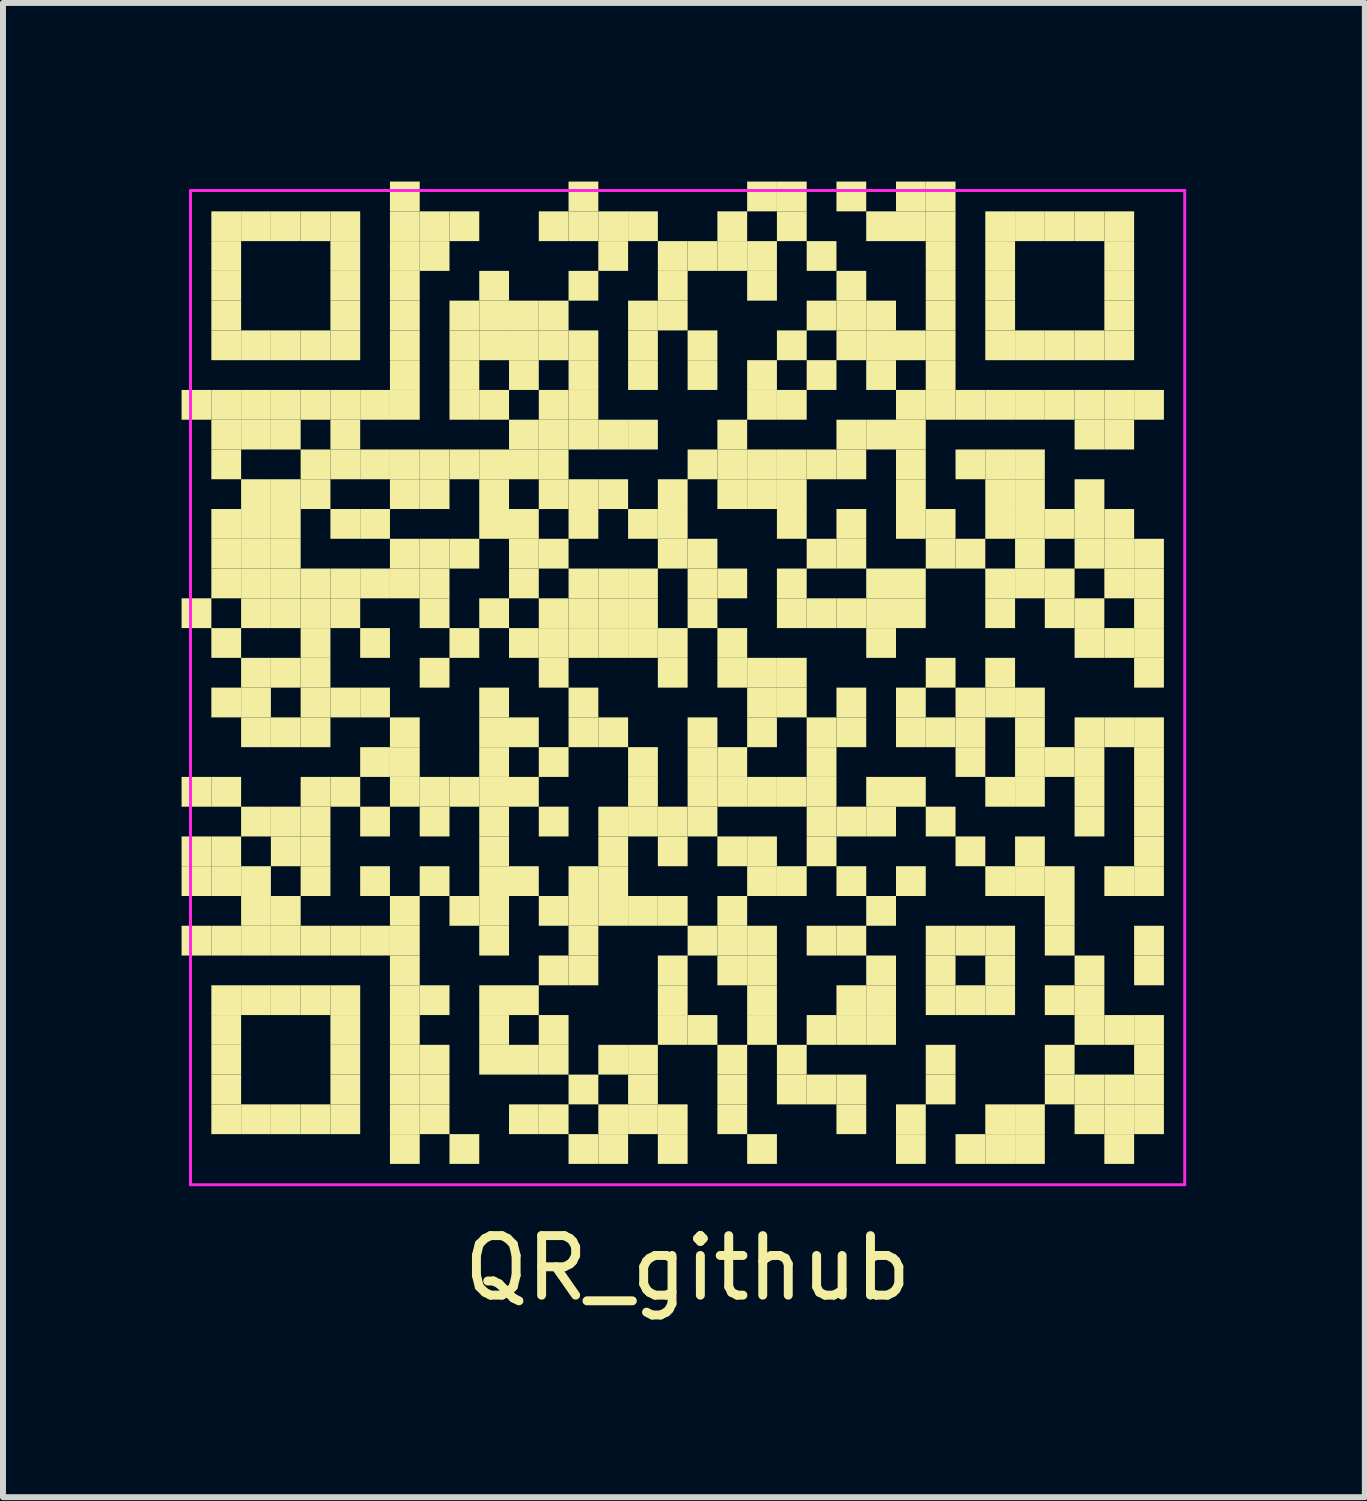
<source format=kicad_pcb>
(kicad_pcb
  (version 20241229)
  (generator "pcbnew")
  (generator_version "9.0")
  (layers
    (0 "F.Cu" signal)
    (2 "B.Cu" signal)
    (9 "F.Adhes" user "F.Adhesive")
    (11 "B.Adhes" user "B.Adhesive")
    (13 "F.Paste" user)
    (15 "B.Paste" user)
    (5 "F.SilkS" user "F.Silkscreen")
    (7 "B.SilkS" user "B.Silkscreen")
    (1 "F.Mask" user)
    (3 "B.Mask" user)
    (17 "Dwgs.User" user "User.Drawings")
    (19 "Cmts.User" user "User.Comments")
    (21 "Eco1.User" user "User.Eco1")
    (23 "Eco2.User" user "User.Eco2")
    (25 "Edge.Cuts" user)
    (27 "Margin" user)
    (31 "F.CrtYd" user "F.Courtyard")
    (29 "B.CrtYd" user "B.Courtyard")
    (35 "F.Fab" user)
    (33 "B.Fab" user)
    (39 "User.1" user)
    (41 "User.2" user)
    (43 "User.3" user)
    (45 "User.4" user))
  (footprint "QR_github"
    (layer "F.Cu")
    (at 8.5 8.5)
    (property "Reference" "QR_github" (at 0 9.75 0) (layer "F.SilkS") (effects (font (size 1 1) (thickness 0.15))))
    (attr through_hole)
    (fp_poly (pts (xy -8 -4.5) (xy -8 -5) (xy -8.5 -5) (xy -8.5 -4.5)) (stroke (width 0) (type solid)) (fill yes) (layer "F.SilkS"))
    (fp_poly (pts (xy -8 -1) (xy -8 -1.5) (xy -8.5 -1.5) (xy -8.5 -1)) (stroke (width 0) (type solid)) (fill yes) (layer "F.SilkS"))
    (fp_poly (pts (xy -8 2) (xy -8 1.5) (xy -8.5 1.5) (xy -8.5 2)) (stroke (width 0) (type solid)) (fill yes) (layer "F.SilkS"))
    (fp_poly (pts (xy -8 3) (xy -8 2.5) (xy -8.5 2.5) (xy -8.5 3)) (stroke (width 0) (type solid)) (fill yes) (layer "F.SilkS"))
    (fp_poly (pts (xy -8 3.5) (xy -8 3) (xy -8.5 3) (xy -8.5 3.5)) (stroke (width 0) (type solid)) (fill yes) (layer "F.SilkS"))
    (fp_poly (pts (xy -8 4.5) (xy -8 4) (xy -8.5 4) (xy -8.5 4.5)) (stroke (width 0) (type solid)) (fill yes) (layer "F.SilkS"))
    (fp_poly (pts (xy -7.5 -7.5) (xy -7.5 -8) (xy -8 -8) (xy -8 -7.5)) (stroke (width 0) (type solid)) (fill yes) (layer "F.SilkS"))
    (fp_poly (pts (xy -7.5 -7) (xy -7.5 -7.5) (xy -8 -7.5) (xy -8 -7)) (stroke (width 0) (type solid)) (fill yes) (layer "F.SilkS"))
    (fp_poly (pts (xy -7.5 -6.5) (xy -7.5 -7) (xy -8 -7) (xy -8 -6.5)) (stroke (width 0) (type solid)) (fill yes) (layer "F.SilkS"))
    (fp_poly (pts (xy -7.5 -6) (xy -7.5 -6.5) (xy -8 -6.5) (xy -8 -6)) (stroke (width 0) (type solid)) (fill yes) (layer "F.SilkS"))
    (fp_poly (pts (xy -7.5 -5.5) (xy -7.5 -6) (xy -8 -6) (xy -8 -5.5)) (stroke (width 0) (type solid)) (fill yes) (layer "F.SilkS"))
    (fp_poly (pts (xy -7.5 -4.5) (xy -7.5 -5) (xy -8 -5) (xy -8 -4.5)) (stroke (width 0) (type solid)) (fill yes) (layer "F.SilkS"))
    (fp_poly (pts (xy -7.5 -4) (xy -7.5 -4.5) (xy -8 -4.5) (xy -8 -4)) (stroke (width 0) (type solid)) (fill yes) (layer "F.SilkS"))
    (fp_poly (pts (xy -7.5 -3.5) (xy -7.5 -4) (xy -8 -4) (xy -8 -3.5)) (stroke (width 0) (type solid)) (fill yes) (layer "F.SilkS"))
    (fp_poly (pts (xy -7.5 -2.5) (xy -7.5 -3) (xy -8 -3) (xy -8 -2.5)) (stroke (width 0) (type solid)) (fill yes) (layer "F.SilkS"))
    (fp_poly (pts (xy -7.5 -2) (xy -7.5 -2.5) (xy -8 -2.5) (xy -8 -2)) (stroke (width 0) (type solid)) (fill yes) (layer "F.SilkS"))
    (fp_poly (pts (xy -7.5 -1.5) (xy -7.5 -2) (xy -8 -2) (xy -8 -1.5)) (stroke (width 0) (type solid)) (fill yes) (layer "F.SilkS"))
    (fp_poly (pts (xy -7.5 -0.5) (xy -7.5 -1) (xy -8 -1) (xy -8 -0.5)) (stroke (width 0) (type solid)) (fill yes) (layer "F.SilkS"))
    (fp_poly (pts (xy -7.5 0.5) (xy -7.5 0) (xy -8 0) (xy -8 0.5)) (stroke (width 0) (type solid)) (fill yes) (layer "F.SilkS"))
    (fp_poly (pts (xy -7.5 2) (xy -7.5 1.5) (xy -8 1.5) (xy -8 2)) (stroke (width 0) (type solid)) (fill yes) (layer "F.SilkS"))
    (fp_poly (pts (xy -7.5 3) (xy -7.5 2.5) (xy -8 2.5) (xy -8 3)) (stroke (width 0) (type solid)) (fill yes) (layer "F.SilkS"))
    (fp_poly (pts (xy -7.5 3.5) (xy -7.5 3) (xy -8 3) (xy -8 3.5)) (stroke (width 0) (type solid)) (fill yes) (layer "F.SilkS"))
    (fp_poly (pts (xy -7.5 4.5) (xy -7.5 4) (xy -8 4) (xy -8 4.5)) (stroke (width 0) (type solid)) (fill yes) (layer "F.SilkS"))
    (fp_poly (pts (xy -7.5 5.5) (xy -7.5 5) (xy -8 5) (xy -8 5.5)) (stroke (width 0) (type solid)) (fill yes) (layer "F.SilkS"))
    (fp_poly (pts (xy -7.5 6) (xy -7.5 5.5) (xy -8 5.5) (xy -8 6)) (stroke (width 0) (type solid)) (fill yes) (layer "F.SilkS"))
    (fp_poly (pts (xy -7.5 6.5) (xy -7.5 6) (xy -8 6) (xy -8 6.5)) (stroke (width 0) (type solid)) (fill yes) (layer "F.SilkS"))
    (fp_poly (pts (xy -7.5 7) (xy -7.5 6.5) (xy -8 6.5) (xy -8 7)) (stroke (width 0) (type solid)) (fill yes) (layer "F.SilkS"))
    (fp_poly (pts (xy -7.5 7.5) (xy -7.5 7) (xy -8 7) (xy -8 7.5)) (stroke (width 0) (type solid)) (fill yes) (layer "F.SilkS"))
    (fp_poly (pts (xy -7 -7.5) (xy -7 -8) (xy -7.5 -8) (xy -7.5 -7.5)) (stroke (width 0) (type solid)) (fill yes) (layer "F.SilkS"))
    (fp_poly (pts (xy -7 -5.5) (xy -7 -6) (xy -7.5 -6) (xy -7.5 -5.5)) (stroke (width 0) (type solid)) (fill yes) (layer "F.SilkS"))
    (fp_poly (pts (xy -7 -4.5) (xy -7 -5) (xy -7.5 -5) (xy -7.5 -4.5)) (stroke (width 0) (type solid)) (fill yes) (layer "F.SilkS"))
    (fp_poly (pts (xy -7 -4) (xy -7 -4.5) (xy -7.5 -4.5) (xy -7.5 -4)) (stroke (width 0) (type solid)) (fill yes) (layer "F.SilkS"))
    (fp_poly (pts (xy -7 -3) (xy -7 -3.5) (xy -7.5 -3.5) (xy -7.5 -3)) (stroke (width 0) (type solid)) (fill yes) (layer "F.SilkS"))
    (fp_poly (pts (xy -7 -2.5) (xy -7 -3) (xy -7.5 -3) (xy -7.5 -2.5)) (stroke (width 0) (type solid)) (fill yes) (layer "F.SilkS"))
    (fp_poly (pts (xy -7 -2) (xy -7 -2.5) (xy -7.5 -2.5) (xy -7.5 -2)) (stroke (width 0) (type solid)) (fill yes) (layer "F.SilkS"))
    (fp_poly (pts (xy -7 -1.5) (xy -7 -2) (xy -7.5 -2) (xy -7.5 -1.5)) (stroke (width 0) (type solid)) (fill yes) (layer "F.SilkS"))
    (fp_poly (pts (xy -7 -1) (xy -7 -1.5) (xy -7.5 -1.5) (xy -7.5 -1)) (stroke (width 0) (type solid)) (fill yes) (layer "F.SilkS"))
    (fp_poly (pts (xy -7 0) (xy -7 -0.5) (xy -7.5 -0.5) (xy -7.5 0)) (stroke (width 0) (type solid)) (fill yes) (layer "F.SilkS"))
    (fp_poly (pts (xy -7 0.5) (xy -7 0) (xy -7.5 0) (xy -7.5 0.5)) (stroke (width 0) (type solid)) (fill yes) (layer "F.SilkS"))
    (fp_poly (pts (xy -7 1) (xy -7 0.5) (xy -7.5 0.5) (xy -7.5 1)) (stroke (width 0) (type solid)) (fill yes) (layer "F.SilkS"))
    (fp_poly (pts (xy -7 2.5) (xy -7 2) (xy -7.5 2) (xy -7.5 2.5)) (stroke (width 0) (type solid)) (fill yes) (layer "F.SilkS"))
    (fp_poly (pts (xy -7 3.5) (xy -7 3) (xy -7.5 3) (xy -7.5 3.5)) (stroke (width 0) (type solid)) (fill yes) (layer "F.SilkS"))
    (fp_poly (pts (xy -7 4) (xy -7 3.5) (xy -7.5 3.5) (xy -7.5 4)) (stroke (width 0) (type solid)) (fill yes) (layer "F.SilkS"))
    (fp_poly (pts (xy -7 4.5) (xy -7 4) (xy -7.5 4) (xy -7.5 4.5)) (stroke (width 0) (type solid)) (fill yes) (layer "F.SilkS"))
    (fp_poly (pts (xy -7 5.5) (xy -7 5) (xy -7.5 5) (xy -7.5 5.5)) (stroke (width 0) (type solid)) (fill yes) (layer "F.SilkS"))
    (fp_poly (pts (xy -7 7.5) (xy -7 7) (xy -7.5 7) (xy -7.5 7.5)) (stroke (width 0) (type solid)) (fill yes) (layer "F.SilkS"))
    (fp_poly (pts (xy -6.5 -7.5) (xy -6.5 -8) (xy -7 -8) (xy -7 -7.5)) (stroke (width 0) (type solid)) (fill yes) (layer "F.SilkS"))
    (fp_poly (pts (xy -6.5 -5.5) (xy -6.5 -6) (xy -7 -6) (xy -7 -5.5)) (stroke (width 0) (type solid)) (fill yes) (layer "F.SilkS"))
    (fp_poly (pts (xy -6.5 -4.5) (xy -6.5 -5) (xy -7 -5) (xy -7 -4.5)) (stroke (width 0) (type solid)) (fill yes) (layer "F.SilkS"))
    (fp_poly (pts (xy -6.5 -4) (xy -6.5 -4.5) (xy -7 -4.5) (xy -7 -4)) (stroke (width 0) (type solid)) (fill yes) (layer "F.SilkS"))
    (fp_poly (pts (xy -6.5 -3) (xy -6.5 -3.5) (xy -7 -3.5) (xy -7 -3)) (stroke (width 0) (type solid)) (fill yes) (layer "F.SilkS"))
    (fp_poly (pts (xy -6.5 -2.5) (xy -6.5 -3) (xy -7 -3) (xy -7 -2.5)) (stroke (width 0) (type solid)) (fill yes) (layer "F.SilkS"))
    (fp_poly (pts (xy -6.5 -2) (xy -6.5 -2.5) (xy -7 -2.5) (xy -7 -2)) (stroke (width 0) (type solid)) (fill yes) (layer "F.SilkS"))
    (fp_poly (pts (xy -6.5 -1.5) (xy -6.5 -2) (xy -7 -2) (xy -7 -1.5)) (stroke (width 0) (type solid)) (fill yes) (layer "F.SilkS"))
    (fp_poly (pts (xy -6.5 -1) (xy -6.5 -1.5) (xy -7 -1.5) (xy -7 -1)) (stroke (width 0) (type solid)) (fill yes) (layer "F.SilkS"))
    (fp_poly (pts (xy -6.5 0) (xy -6.5 -0.5) (xy -7 -0.5) (xy -7 0)) (stroke (width 0) (type solid)) (fill yes) (layer "F.SilkS"))
    (fp_poly (pts (xy -6.5 1) (xy -6.5 0.5) (xy -7 0.5) (xy -7 1)) (stroke (width 0) (type solid)) (fill yes) (layer "F.SilkS"))
    (fp_poly (pts (xy -6.5 2.5) (xy -6.5 2) (xy -7 2) (xy -7 2.5)) (stroke (width 0) (type solid)) (fill yes) (layer "F.SilkS"))
    (fp_poly (pts (xy -6.5 3) (xy -6.5 2.5) (xy -7 2.5) (xy -7 3)) (stroke (width 0) (type solid)) (fill yes) (layer "F.SilkS"))
    (fp_poly (pts (xy -6.5 4) (xy -6.5 3.5) (xy -7 3.5) (xy -7 4)) (stroke (width 0) (type solid)) (fill yes) (layer "F.SilkS"))
    (fp_poly (pts (xy -6.5 4.5) (xy -6.5 4) (xy -7 4) (xy -7 4.5)) (stroke (width 0) (type solid)) (fill yes) (layer "F.SilkS"))
    (fp_poly (pts (xy -6.5 5.5) (xy -6.5 5) (xy -7 5) (xy -7 5.5)) (stroke (width 0) (type solid)) (fill yes) (layer "F.SilkS"))
    (fp_poly (pts (xy -6.5 7.5) (xy -6.5 7) (xy -7 7) (xy -7 7.5)) (stroke (width 0) (type solid)) (fill yes) (layer "F.SilkS"))
    (fp_poly (pts (xy -6 -7.5) (xy -6 -8) (xy -6.5 -8) (xy -6.5 -7.5)) (stroke (width 0) (type solid)) (fill yes) (layer "F.SilkS"))
    (fp_poly (pts (xy -6 -5.5) (xy -6 -6) (xy -6.5 -6) (xy -6.5 -5.5)) (stroke (width 0) (type solid)) (fill yes) (layer "F.SilkS"))
    (fp_poly (pts (xy -6 -4.5) (xy -6 -5) (xy -6.5 -5) (xy -6.5 -4.5)) (stroke (width 0) (type solid)) (fill yes) (layer "F.SilkS"))
    (fp_poly (pts (xy -6 -3.5) (xy -6 -4) (xy -6.5 -4) (xy -6.5 -3.5)) (stroke (width 0) (type solid)) (fill yes) (layer "F.SilkS"))
    (fp_poly (pts (xy -6 -3) (xy -6 -3.5) (xy -6.5 -3.5) (xy -6.5 -3)) (stroke (width 0) (type solid)) (fill yes) (layer "F.SilkS"))
    (fp_poly (pts (xy -6 -1.5) (xy -6 -2) (xy -6.5 -2) (xy -6.5 -1.5)) (stroke (width 0) (type solid)) (fill yes) (layer "F.SilkS"))
    (fp_poly (pts (xy -6 -1) (xy -6 -1.5) (xy -6.5 -1.5) (xy -6.5 -1)) (stroke (width 0) (type solid)) (fill yes) (layer "F.SilkS"))
    (fp_poly (pts (xy -6 -0.5) (xy -6 -1) (xy -6.5 -1) (xy -6.5 -0.5)) (stroke (width 0) (type solid)) (fill yes) (layer "F.SilkS"))
    (fp_poly (pts (xy -6 0) (xy -6 -0.5) (xy -6.5 -0.5) (xy -6.5 0)) (stroke (width 0) (type solid)) (fill yes) (layer "F.SilkS"))
    (fp_poly (pts (xy -6 0.5) (xy -6 0) (xy -6.5 0) (xy -6.5 0.5)) (stroke (width 0) (type solid)) (fill yes) (layer "F.SilkS"))
    (fp_poly (pts (xy -6 1) (xy -6 0.5) (xy -6.5 0.5) (xy -6.5 1)) (stroke (width 0) (type solid)) (fill yes) (layer "F.SilkS"))
    (fp_poly (pts (xy -6 2) (xy -6 1.5) (xy -6.5 1.5) (xy -6.5 2)) (stroke (width 0) (type solid)) (fill yes) (layer "F.SilkS"))
    (fp_poly (pts (xy -6 2.5) (xy -6 2) (xy -6.5 2) (xy -6.5 2.5)) (stroke (width 0) (type solid)) (fill yes) (layer "F.SilkS"))
    (fp_poly (pts (xy -6 3) (xy -6 2.5) (xy -6.5 2.5) (xy -6.5 3)) (stroke (width 0) (type solid)) (fill yes) (layer "F.SilkS"))
    (fp_poly (pts (xy -6 3.5) (xy -6 3) (xy -6.5 3) (xy -6.5 3.5)) (stroke (width 0) (type solid)) (fill yes) (layer "F.SilkS"))
    (fp_poly (pts (xy -6 4.5) (xy -6 4) (xy -6.5 4) (xy -6.5 4.5)) (stroke (width 0) (type solid)) (fill yes) (layer "F.SilkS"))
    (fp_poly (pts (xy -6 5.5) (xy -6 5) (xy -6.5 5) (xy -6.5 5.5)) (stroke (width 0) (type solid)) (fill yes) (layer "F.SilkS"))
    (fp_poly (pts (xy -6 7.5) (xy -6 7) (xy -6.5 7) (xy -6.5 7.5)) (stroke (width 0) (type solid)) (fill yes) (layer "F.SilkS"))
    (fp_poly (pts (xy -5.5 -7.5) (xy -5.5 -8) (xy -6 -8) (xy -6 -7.5)) (stroke (width 0) (type solid)) (fill yes) (layer "F.SilkS"))
    (fp_poly (pts (xy -5.5 -7) (xy -5.5 -7.5) (xy -6 -7.5) (xy -6 -7)) (stroke (width 0) (type solid)) (fill yes) (layer "F.SilkS"))
    (fp_poly (pts (xy -5.5 -6.5) (xy -5.5 -7) (xy -6 -7) (xy -6 -6.5)) (stroke (width 0) (type solid)) (fill yes) (layer "F.SilkS"))
    (fp_poly (pts (xy -5.5 -6) (xy -5.5 -6.5) (xy -6 -6.5) (xy -6 -6)) (stroke (width 0) (type solid)) (fill yes) (layer "F.SilkS"))
    (fp_poly (pts (xy -5.5 -5.5) (xy -5.5 -6) (xy -6 -6) (xy -6 -5.5)) (stroke (width 0) (type solid)) (fill yes) (layer "F.SilkS"))
    (fp_poly (pts (xy -5.5 -4.5) (xy -5.5 -5) (xy -6 -5) (xy -6 -4.5)) (stroke (width 0) (type solid)) (fill yes) (layer "F.SilkS"))
    (fp_poly (pts (xy -5.5 -4) (xy -5.5 -4.5) (xy -6 -4.5) (xy -6 -4)) (stroke (width 0) (type solid)) (fill yes) (layer "F.SilkS"))
    (fp_poly (pts (xy -5.5 -3.5) (xy -5.5 -4) (xy -6 -4) (xy -6 -3.5)) (stroke (width 0) (type solid)) (fill yes) (layer "F.SilkS"))
    (fp_poly (pts (xy -5.5 -2.5) (xy -5.5 -3) (xy -6 -3) (xy -6 -2.5)) (stroke (width 0) (type solid)) (fill yes) (layer "F.SilkS"))
    (fp_poly (pts (xy -5.5 -1.5) (xy -5.5 -2) (xy -6 -2) (xy -6 -1.5)) (stroke (width 0) (type solid)) (fill yes) (layer "F.SilkS"))
    (fp_poly (pts (xy -5.5 -1) (xy -5.5 -1.5) (xy -6 -1.5) (xy -6 -1)) (stroke (width 0) (type solid)) (fill yes) (layer "F.SilkS"))
    (fp_poly (pts (xy -5.5 0.5) (xy -5.5 0) (xy -6 0) (xy -6 0.5)) (stroke (width 0) (type solid)) (fill yes) (layer "F.SilkS"))
    (fp_poly (pts (xy -5.5 2) (xy -5.5 1.5) (xy -6 1.5) (xy -6 2)) (stroke (width 0) (type solid)) (fill yes) (layer "F.SilkS"))
    (fp_poly (pts (xy -5.5 4.5) (xy -5.5 4) (xy -6 4) (xy -6 4.5)) (stroke (width 0) (type solid)) (fill yes) (layer "F.SilkS"))
    (fp_poly (pts (xy -5.5 5.5) (xy -5.5 5) (xy -6 5) (xy -6 5.5)) (stroke (width 0) (type solid)) (fill yes) (layer "F.SilkS"))
    (fp_poly (pts (xy -5.5 6) (xy -5.5 5.5) (xy -6 5.5) (xy -6 6)) (stroke (width 0) (type solid)) (fill yes) (layer "F.SilkS"))
    (fp_poly (pts (xy -5.5 6.5) (xy -5.5 6) (xy -6 6) (xy -6 6.5)) (stroke (width 0) (type solid)) (fill yes) (layer "F.SilkS"))
    (fp_poly (pts (xy -5.5 7) (xy -5.5 6.5) (xy -6 6.5) (xy -6 7)) (stroke (width 0) (type solid)) (fill yes) (layer "F.SilkS"))
    (fp_poly (pts (xy -5.5 7.5) (xy -5.5 7) (xy -6 7) (xy -6 7.5)) (stroke (width 0) (type solid)) (fill yes) (layer "F.SilkS"))
    (fp_poly (pts (xy -5 -4.5) (xy -5 -5) (xy -5.5 -5) (xy -5.5 -4.5)) (stroke (width 0) (type solid)) (fill yes) (layer "F.SilkS"))
    (fp_poly (pts (xy -5 -3.5) (xy -5 -4) (xy -5.5 -4) (xy -5.5 -3.5)) (stroke (width 0) (type solid)) (fill yes) (layer "F.SilkS"))
    (fp_poly (pts (xy -5 -2.5) (xy -5 -3) (xy -5.5 -3) (xy -5.5 -2.5)) (stroke (width 0) (type solid)) (fill yes) (layer "F.SilkS"))
    (fp_poly (pts (xy -5 -1.5) (xy -5 -2) (xy -5.5 -2) (xy -5.5 -1.5)) (stroke (width 0) (type solid)) (fill yes) (layer "F.SilkS"))
    (fp_poly (pts (xy -5 -0.5) (xy -5 -1) (xy -5.5 -1) (xy -5.5 -0.5)) (stroke (width 0) (type solid)) (fill yes) (layer "F.SilkS"))
    (fp_poly (pts (xy -5 0.5) (xy -5 0) (xy -5.5 0) (xy -5.5 0.5)) (stroke (width 0) (type solid)) (fill yes) (layer "F.SilkS"))
    (fp_poly (pts (xy -5 1.5) (xy -5 1) (xy -5.5 1) (xy -5.5 1.5)) (stroke (width 0) (type solid)) (fill yes) (layer "F.SilkS"))
    (fp_poly (pts (xy -5 2.5) (xy -5 2) (xy -5.5 2) (xy -5.5 2.5)) (stroke (width 0) (type solid)) (fill yes) (layer "F.SilkS"))
    (fp_poly (pts (xy -5 3.5) (xy -5 3) (xy -5.5 3) (xy -5.5 3.5)) (stroke (width 0) (type solid)) (fill yes) (layer "F.SilkS"))
    (fp_poly (pts (xy -5 4.5) (xy -5 4) (xy -5.5 4) (xy -5.5 4.5)) (stroke (width 0) (type solid)) (fill yes) (layer "F.SilkS"))
    (fp_poly (pts (xy -4.5 -8) (xy -4.5 -8.5) (xy -5 -8.5) (xy -5 -8)) (stroke (width 0) (type solid)) (fill yes) (layer "F.SilkS"))
    (fp_poly (pts (xy -4.5 -7.5) (xy -4.5 -8) (xy -5 -8) (xy -5 -7.5)) (stroke (width 0) (type solid)) (fill yes) (layer "F.SilkS"))
    (fp_poly (pts (xy -4.5 -7) (xy -4.5 -7.5) (xy -5 -7.5) (xy -5 -7)) (stroke (width 0) (type solid)) (fill yes) (layer "F.SilkS"))
    (fp_poly (pts (xy -4.5 -6.5) (xy -4.5 -7) (xy -5 -7) (xy -5 -6.5)) (stroke (width 0) (type solid)) (fill yes) (layer "F.SilkS"))
    (fp_poly (pts (xy -4.5 -6) (xy -4.5 -6.5) (xy -5 -6.5) (xy -5 -6)) (stroke (width 0) (type solid)) (fill yes) (layer "F.SilkS"))
    (fp_poly (pts (xy -4.5 -5.5) (xy -4.5 -6) (xy -5 -6) (xy -5 -5.5)) (stroke (width 0) (type solid)) (fill yes) (layer "F.SilkS"))
    (fp_poly (pts (xy -4.5 -5) (xy -4.5 -5.5) (xy -5 -5.5) (xy -5 -5)) (stroke (width 0) (type solid)) (fill yes) (layer "F.SilkS"))
    (fp_poly (pts (xy -4.5 -4.5) (xy -4.5 -5) (xy -5 -5) (xy -5 -4.5)) (stroke (width 0) (type solid)) (fill yes) (layer "F.SilkS"))
    (fp_poly (pts (xy -4.5 -3.5) (xy -4.5 -4) (xy -5 -4) (xy -5 -3.5)) (stroke (width 0) (type solid)) (fill yes) (layer "F.SilkS"))
    (fp_poly (pts (xy -4.5 -3) (xy -4.5 -3.5) (xy -5 -3.5) (xy -5 -3)) (stroke (width 0) (type solid)) (fill yes) (layer "F.SilkS"))
    (fp_poly (pts (xy -4.5 -2) (xy -4.5 -2.5) (xy -5 -2.5) (xy -5 -2)) (stroke (width 0) (type solid)) (fill yes) (layer "F.SilkS"))
    (fp_poly (pts (xy -4.5 -1.5) (xy -4.5 -2) (xy -5 -2) (xy -5 -1.5)) (stroke (width 0) (type solid)) (fill yes) (layer "F.SilkS"))
    (fp_poly (pts (xy -4.5 1) (xy -4.5 0.5) (xy -5 0.5) (xy -5 1)) (stroke (width 0) (type solid)) (fill yes) (layer "F.SilkS"))
    (fp_poly (pts (xy -4.5 1.5) (xy -4.5 1) (xy -5 1) (xy -5 1.5)) (stroke (width 0) (type solid)) (fill yes) (layer "F.SilkS"))
    (fp_poly (pts (xy -4.5 2) (xy -4.5 1.5) (xy -5 1.5) (xy -5 2)) (stroke (width 0) (type solid)) (fill yes) (layer "F.SilkS"))
    (fp_poly (pts (xy -4.5 4) (xy -4.5 3.5) (xy -5 3.5) (xy -5 4)) (stroke (width 0) (type solid)) (fill yes) (layer "F.SilkS"))
    (fp_poly (pts (xy -4.5 4.5) (xy -4.5 4) (xy -5 4) (xy -5 4.5)) (stroke (width 0) (type solid)) (fill yes) (layer "F.SilkS"))
    (fp_poly (pts (xy -4.5 5) (xy -4.5 4.5) (xy -5 4.5) (xy -5 5)) (stroke (width 0) (type solid)) (fill yes) (layer "F.SilkS"))
    (fp_poly (pts (xy -4.5 5.5) (xy -4.5 5) (xy -5 5) (xy -5 5.5)) (stroke (width 0) (type solid)) (fill yes) (layer "F.SilkS"))
    (fp_poly (pts (xy -4.5 6) (xy -4.5 5.5) (xy -5 5.5) (xy -5 6)) (stroke (width 0) (type solid)) (fill yes) (layer "F.SilkS"))
    (fp_poly (pts (xy -4.5 6.5) (xy -4.5 6) (xy -5 6) (xy -5 6.5)) (stroke (width 0) (type solid)) (fill yes) (layer "F.SilkS"))
    (fp_poly (pts (xy -4.5 7) (xy -4.5 6.5) (xy -5 6.5) (xy -5 7)) (stroke (width 0) (type solid)) (fill yes) (layer "F.SilkS"))
    (fp_poly (pts (xy -4.5 7.5) (xy -4.5 7) (xy -5 7) (xy -5 7.5)) (stroke (width 0) (type solid)) (fill yes) (layer "F.SilkS"))
    (fp_poly (pts (xy -4.5 8) (xy -4.5 7.5) (xy -5 7.5) (xy -5 8)) (stroke (width 0) (type solid)) (fill yes) (layer "F.SilkS"))
    (fp_poly (pts (xy -4 -7.5) (xy -4 -8) (xy -4.5 -8) (xy -4.5 -7.5)) (stroke (width 0) (type solid)) (fill yes) (layer "F.SilkS"))
    (fp_poly (pts (xy -4 -7) (xy -4 -7.5) (xy -4.5 -7.5) (xy -4.5 -7)) (stroke (width 0) (type solid)) (fill yes) (layer "F.SilkS"))
    (fp_poly (pts (xy -4 -3.5) (xy -4 -4) (xy -4.5 -4) (xy -4.5 -3.5)) (stroke (width 0) (type solid)) (fill yes) (layer "F.SilkS"))
    (fp_poly (pts (xy -4 -3) (xy -4 -3.5) (xy -4.5 -3.5) (xy -4.5 -3)) (stroke (width 0) (type solid)) (fill yes) (layer "F.SilkS"))
    (fp_poly (pts (xy -4 -2) (xy -4 -2.5) (xy -4.5 -2.5) (xy -4.5 -2)) (stroke (width 0) (type solid)) (fill yes) (layer "F.SilkS"))
    (fp_poly (pts (xy -4 -1.5) (xy -4 -2) (xy -4.5 -2) (xy -4.5 -1.5)) (stroke (width 0) (type solid)) (fill yes) (layer "F.SilkS"))
    (fp_poly (pts (xy -4 -1) (xy -4 -1.5) (xy -4.5 -1.5) (xy -4.5 -1)) (stroke (width 0) (type solid)) (fill yes) (layer "F.SilkS"))
    (fp_poly (pts (xy -4 0) (xy -4 -0.5) (xy -4.5 -0.5) (xy -4.5 0)) (stroke (width 0) (type solid)) (fill yes) (layer "F.SilkS"))
    (fp_poly (pts (xy -4 2) (xy -4 1.5) (xy -4.5 1.5) (xy -4.5 2)) (stroke (width 0) (type solid)) (fill yes) (layer "F.SilkS"))
    (fp_poly (pts (xy -4 2.5) (xy -4 2) (xy -4.5 2) (xy -4.5 2.5)) (stroke (width 0) (type solid)) (fill yes) (layer "F.SilkS"))
    (fp_poly (pts (xy -4 3.5) (xy -4 3) (xy -4.5 3) (xy -4.5 3.5)) (stroke (width 0) (type solid)) (fill yes) (layer "F.SilkS"))
    (fp_poly (pts (xy -4 5.5) (xy -4 5) (xy -4.5 5) (xy -4.5 5.5)) (stroke (width 0) (type solid)) (fill yes) (layer "F.SilkS"))
    (fp_poly (pts (xy -4 6.5) (xy -4 6) (xy -4.5 6) (xy -4.5 6.5)) (stroke (width 0) (type solid)) (fill yes) (layer "F.SilkS"))
    (fp_poly (pts (xy -4 7) (xy -4 6.5) (xy -4.5 6.5) (xy -4.5 7)) (stroke (width 0) (type solid)) (fill yes) (layer "F.SilkS"))
    (fp_poly (pts (xy -4 7.5) (xy -4 7) (xy -4.5 7) (xy -4.5 7.5)) (stroke (width 0) (type solid)) (fill yes) (layer "F.SilkS"))
    (fp_poly (pts (xy -3.5 -7.5) (xy -3.5 -8) (xy -4 -8) (xy -4 -7.5)) (stroke (width 0) (type solid)) (fill yes) (layer "F.SilkS"))
    (fp_poly (pts (xy -3.5 -6) (xy -3.5 -6.5) (xy -4 -6.5) (xy -4 -6)) (stroke (width 0) (type solid)) (fill yes) (layer "F.SilkS"))
    (fp_poly (pts (xy -3.5 -5.5) (xy -3.5 -6) (xy -4 -6) (xy -4 -5.5)) (stroke (width 0) (type solid)) (fill yes) (layer "F.SilkS"))
    (fp_poly (pts (xy -3.5 -5) (xy -3.5 -5.5) (xy -4 -5.5) (xy -4 -5)) (stroke (width 0) (type solid)) (fill yes) (layer "F.SilkS"))
    (fp_poly (pts (xy -3.5 -4.5) (xy -3.5 -5) (xy -4 -5) (xy -4 -4.5)) (stroke (width 0) (type solid)) (fill yes) (layer "F.SilkS"))
    (fp_poly (pts (xy -3.5 -3.5) (xy -3.5 -4) (xy -4 -4) (xy -4 -3.5)) (stroke (width 0) (type solid)) (fill yes) (layer "F.SilkS"))
    (fp_poly (pts (xy -3.5 -2) (xy -3.5 -2.5) (xy -4 -2.5) (xy -4 -2)) (stroke (width 0) (type solid)) (fill yes) (layer "F.SilkS"))
    (fp_poly (pts (xy -3.5 -0.5) (xy -3.5 -1) (xy -4 -1) (xy -4 -0.5)) (stroke (width 0) (type solid)) (fill yes) (layer "F.SilkS"))
    (fp_poly (pts (xy -3.5 2) (xy -3.5 1.5) (xy -4 1.5) (xy -4 2)) (stroke (width 0) (type solid)) (fill yes) (layer "F.SilkS"))
    (fp_poly (pts (xy -3.5 4) (xy -3.5 3.5) (xy -4 3.5) (xy -4 4)) (stroke (width 0) (type solid)) (fill yes) (layer "F.SilkS"))
    (fp_poly (pts (xy -3.5 8) (xy -3.5 7.5) (xy -4 7.5) (xy -4 8)) (stroke (width 0) (type solid)) (fill yes) (layer "F.SilkS"))
    (fp_poly (pts (xy -3 -6.5) (xy -3 -7) (xy -3.5 -7) (xy -3.5 -6.5)) (stroke (width 0) (type solid)) (fill yes) (layer "F.SilkS"))
    (fp_poly (pts (xy -3 -6) (xy -3 -6.5) (xy -3.5 -6.5) (xy -3.5 -6)) (stroke (width 0) (type solid)) (fill yes) (layer "F.SilkS"))
    (fp_poly (pts (xy -3 -5.5) (xy -3 -6) (xy -3.5 -6) (xy -3.5 -5.5)) (stroke (width 0) (type solid)) (fill yes) (layer "F.SilkS"))
    (fp_poly (pts (xy -3 -4.5) (xy -3 -5) (xy -3.5 -5) (xy -3.5 -4.5)) (stroke (width 0) (type solid)) (fill yes) (layer "F.SilkS"))
    (fp_poly (pts (xy -3 -3.5) (xy -3 -4) (xy -3.5 -4) (xy -3.5 -3.5)) (stroke (width 0) (type solid)) (fill yes) (layer "F.SilkS"))
    (fp_poly (pts (xy -3 -3) (xy -3 -3.5) (xy -3.5 -3.5) (xy -3.5 -3)) (stroke (width 0) (type solid)) (fill yes) (layer "F.SilkS"))
    (fp_poly (pts (xy -3 -2.5) (xy -3 -3) (xy -3.5 -3) (xy -3.5 -2.5)) (stroke (width 0) (type solid)) (fill yes) (layer "F.SilkS"))
    (fp_poly (pts (xy -3 -1) (xy -3 -1.5) (xy -3.5 -1.5) (xy -3.5 -1)) (stroke (width 0) (type solid)) (fill yes) (layer "F.SilkS"))
    (fp_poly (pts (xy -3 0.5) (xy -3 0) (xy -3.5 0) (xy -3.5 0.5)) (stroke (width 0) (type solid)) (fill yes) (layer "F.SilkS"))
    (fp_poly (pts (xy -3 1) (xy -3 0.5) (xy -3.5 0.5) (xy -3.5 1)) (stroke (width 0) (type solid)) (fill yes) (layer "F.SilkS"))
    (fp_poly (pts (xy -3 1.5) (xy -3 1) (xy -3.5 1) (xy -3.5 1.5)) (stroke (width 0) (type solid)) (fill yes) (layer "F.SilkS"))
    (fp_poly (pts (xy -3 2) (xy -3 1.5) (xy -3.5 1.5) (xy -3.5 2)) (stroke (width 0) (type solid)) (fill yes) (layer "F.SilkS"))
    (fp_poly (pts (xy -3 2.5) (xy -3 2) (xy -3.5 2) (xy -3.5 2.5)) (stroke (width 0) (type solid)) (fill yes) (layer "F.SilkS"))
    (fp_poly (pts (xy -3 3) (xy -3 2.5) (xy -3.5 2.5) (xy -3.5 3)) (stroke (width 0) (type solid)) (fill yes) (layer "F.SilkS"))
    (fp_poly (pts (xy -3 3.5) (xy -3 3) (xy -3.5 3) (xy -3.5 3.5)) (stroke (width 0) (type solid)) (fill yes) (layer "F.SilkS"))
    (fp_poly (pts (xy -3 4) (xy -3 3.5) (xy -3.5 3.5) (xy -3.5 4)) (stroke (width 0) (type solid)) (fill yes) (layer "F.SilkS"))
    (fp_poly (pts (xy -3 4.5) (xy -3 4) (xy -3.5 4) (xy -3.5 4.5)) (stroke (width 0) (type solid)) (fill yes) (layer "F.SilkS"))
    (fp_poly (pts (xy -3 5.5) (xy -3 5) (xy -3.5 5) (xy -3.5 5.5)) (stroke (width 0) (type solid)) (fill yes) (layer "F.SilkS"))
    (fp_poly (pts (xy -3 6) (xy -3 5.5) (xy -3.5 5.5) (xy -3.5 6)) (stroke (width 0) (type solid)) (fill yes) (layer "F.SilkS"))
    (fp_poly (pts (xy -3 6.5) (xy -3 6) (xy -3.5 6) (xy -3.5 6.5)) (stroke (width 0) (type solid)) (fill yes) (layer "F.SilkS"))
    (fp_poly (pts (xy -2.5 -6) (xy -2.5 -6.5) (xy -3 -6.5) (xy -3 -6)) (stroke (width 0) (type solid)) (fill yes) (layer "F.SilkS"))
    (fp_poly (pts (xy -2.5 -5.5) (xy -2.5 -6) (xy -3 -6) (xy -3 -5.5)) (stroke (width 0) (type solid)) (fill yes) (layer "F.SilkS"))
    (fp_poly (pts (xy -2.5 -5) (xy -2.5 -5.5) (xy -3 -5.5) (xy -3 -5)) (stroke (width 0) (type solid)) (fill yes) (layer "F.SilkS"))
    (fp_poly (pts (xy -2.5 -4) (xy -2.5 -4.5) (xy -3 -4.5) (xy -3 -4)) (stroke (width 0) (type solid)) (fill yes) (layer "F.SilkS"))
    (fp_poly (pts (xy -2.5 -3.5) (xy -2.5 -4) (xy -3 -4) (xy -3 -3.5)) (stroke (width 0) (type solid)) (fill yes) (layer "F.SilkS"))
    (fp_poly (pts (xy -2.5 -2.5) (xy -2.5 -3) (xy -3 -3) (xy -3 -2.5)) (stroke (width 0) (type solid)) (fill yes) (layer "F.SilkS"))
    (fp_poly (pts (xy -2.5 -2) (xy -2.5 -2.5) (xy -3 -2.5) (xy -3 -2)) (stroke (width 0) (type solid)) (fill yes) (layer "F.SilkS"))
    (fp_poly (pts (xy -2.5 -1.5) (xy -2.5 -2) (xy -3 -2) (xy -3 -1.5)) (stroke (width 0) (type solid)) (fill yes) (layer "F.SilkS"))
    (fp_poly (pts (xy -2.5 -0.5) (xy -2.5 -1) (xy -3 -1) (xy -3 -0.5)) (stroke (width 0) (type solid)) (fill yes) (layer "F.SilkS"))
    (fp_poly (pts (xy -2.5 1) (xy -2.5 0.5) (xy -3 0.5) (xy -3 1)) (stroke (width 0) (type solid)) (fill yes) (layer "F.SilkS"))
    (fp_poly (pts (xy -2.5 2) (xy -2.5 1.5) (xy -3 1.5) (xy -3 2)) (stroke (width 0) (type solid)) (fill yes) (layer "F.SilkS"))
    (fp_poly (pts (xy -2.5 3.5) (xy -2.5 3) (xy -3 3) (xy -3 3.5)) (stroke (width 0) (type solid)) (fill yes) (layer "F.SilkS"))
    (fp_poly (pts (xy -2.5 5.5) (xy -2.5 5) (xy -3 5) (xy -3 5.5)) (stroke (width 0) (type solid)) (fill yes) (layer "F.SilkS"))
    (fp_poly (pts (xy -2.5 6.5) (xy -2.5 6) (xy -3 6) (xy -3 6.5)) (stroke (width 0) (type solid)) (fill yes) (layer "F.SilkS"))
    (fp_poly (pts (xy -2.5 7.5) (xy -2.5 7) (xy -3 7) (xy -3 7.5)) (stroke (width 0) (type solid)) (fill yes) (layer "F.SilkS"))
    (fp_poly (pts (xy -2 -7.5) (xy -2 -8) (xy -2.5 -8) (xy -2.5 -7.5)) (stroke (width 0) (type solid)) (fill yes) (layer "F.SilkS"))
    (fp_poly (pts (xy -2 -6) (xy -2 -6.5) (xy -2.5 -6.5) (xy -2.5 -6)) (stroke (width 0) (type solid)) (fill yes) (layer "F.SilkS"))
    (fp_poly (pts (xy -2 -5.5) (xy -2 -6) (xy -2.5 -6) (xy -2.5 -5.5)) (stroke (width 0) (type solid)) (fill yes) (layer "F.SilkS"))
    (fp_poly (pts (xy -2 -4.5) (xy -2 -5) (xy -2.5 -5) (xy -2.5 -4.5)) (stroke (width 0) (type solid)) (fill yes) (layer "F.SilkS"))
    (fp_poly (pts (xy -2 -4) (xy -2 -4.5) (xy -2.5 -4.5) (xy -2.5 -4)) (stroke (width 0) (type solid)) (fill yes) (layer "F.SilkS"))
    (fp_poly (pts (xy -2 -3.5) (xy -2 -4) (xy -2.5 -4) (xy -2.5 -3.5)) (stroke (width 0) (type solid)) (fill yes) (layer "F.SilkS"))
    (fp_poly (pts (xy -2 -3) (xy -2 -3.5) (xy -2.5 -3.5) (xy -2.5 -3)) (stroke (width 0) (type solid)) (fill yes) (layer "F.SilkS"))
    (fp_poly (pts (xy -2 -2) (xy -2 -2.5) (xy -2.5 -2.5) (xy -2.5 -2)) (stroke (width 0) (type solid)) (fill yes) (layer "F.SilkS"))
    (fp_poly (pts (xy -2 -1) (xy -2 -1.5) (xy -2.5 -1.5) (xy -2.5 -1)) (stroke (width 0) (type solid)) (fill yes) (layer "F.SilkS"))
    (fp_poly (pts (xy -2 -0.5) (xy -2 -1) (xy -2.5 -1) (xy -2.5 -0.5)) (stroke (width 0) (type solid)) (fill yes) (layer "F.SilkS"))
    (fp_poly (pts (xy -2 0) (xy -2 -0.5) (xy -2.5 -0.5) (xy -2.5 0)) (stroke (width 0) (type solid)) (fill yes) (layer "F.SilkS"))
    (fp_poly (pts (xy -2 1.5) (xy -2 1) (xy -2.5 1) (xy -2.5 1.5)) (stroke (width 0) (type solid)) (fill yes) (layer "F.SilkS"))
    (fp_poly (pts (xy -2 2.5) (xy -2 2) (xy -2.5 2) (xy -2.5 2.5)) (stroke (width 0) (type solid)) (fill yes) (layer "F.SilkS"))
    (fp_poly (pts (xy -2 4) (xy -2 3.5) (xy -2.5 3.5) (xy -2.5 4)) (stroke (width 0) (type solid)) (fill yes) (layer "F.SilkS"))
    (fp_poly (pts (xy -2 5) (xy -2 4.5) (xy -2.5 4.5) (xy -2.5 5)) (stroke (width 0) (type solid)) (fill yes) (layer "F.SilkS"))
    (fp_poly (pts (xy -2 6) (xy -2 5.5) (xy -2.5 5.5) (xy -2.5 6)) (stroke (width 0) (type solid)) (fill yes) (layer "F.SilkS"))
    (fp_poly (pts (xy -2 6.5) (xy -2 6) (xy -2.5 6) (xy -2.5 6.5)) (stroke (width 0) (type solid)) (fill yes) (layer "F.SilkS"))
    (fp_poly (pts (xy -2 7.5) (xy -2 7) (xy -2.5 7) (xy -2.5 7.5)) (stroke (width 0) (type solid)) (fill yes) (layer "F.SilkS"))
    (fp_poly (pts (xy -1.5 -8) (xy -1.5 -8.5) (xy -2 -8.5) (xy -2 -8)) (stroke (width 0) (type solid)) (fill yes) (layer "F.SilkS"))
    (fp_poly (pts (xy -1.5 -7.5) (xy -1.5 -8) (xy -2 -8) (xy -2 -7.5)) (stroke (width 0) (type solid)) (fill yes) (layer "F.SilkS"))
    (fp_poly (pts (xy -1.5 -6.5) (xy -1.5 -7) (xy -2 -7) (xy -2 -6.5)) (stroke (width 0) (type solid)) (fill yes) (layer "F.SilkS"))
    (fp_poly (pts (xy -1.5 -5.5) (xy -1.5 -6) (xy -2 -6) (xy -2 -5.5)) (stroke (width 0) (type solid)) (fill yes) (layer "F.SilkS"))
    (fp_poly (pts (xy -1.5 -5) (xy -1.5 -5.5) (xy -2 -5.5) (xy -2 -5)) (stroke (width 0) (type solid)) (fill yes) (layer "F.SilkS"))
    (fp_poly (pts (xy -1.5 -4.5) (xy -1.5 -5) (xy -2 -5) (xy -2 -4.5)) (stroke (width 0) (type solid)) (fill yes) (layer "F.SilkS"))
    (fp_poly (pts (xy -1.5 -4) (xy -1.5 -4.5) (xy -2 -4.5) (xy -2 -4)) (stroke (width 0) (type solid)) (fill yes) (layer "F.SilkS"))
    (fp_poly (pts (xy -1.5 -3) (xy -1.5 -3.5) (xy -2 -3.5) (xy -2 -3)) (stroke (width 0) (type solid)) (fill yes) (layer "F.SilkS"))
    (fp_poly (pts (xy -1.5 -2.5) (xy -1.5 -3) (xy -2 -3) (xy -2 -2.5)) (stroke (width 0) (type solid)) (fill yes) (layer "F.SilkS"))
    (fp_poly (pts (xy -1.5 -1.5) (xy -1.5 -2) (xy -2 -2) (xy -2 -1.5)) (stroke (width 0) (type solid)) (fill yes) (layer "F.SilkS"))
    (fp_poly (pts (xy -1.5 -1) (xy -1.5 -1.5) (xy -2 -1.5) (xy -2 -1)) (stroke (width 0) (type solid)) (fill yes) (layer "F.SilkS"))
    (fp_poly (pts (xy -1.5 -0.5) (xy -1.5 -1) (xy -2 -1) (xy -2 -0.5)) (stroke (width 0) (type solid)) (fill yes) (layer "F.SilkS"))
    (fp_poly (pts (xy -1.5 0.5) (xy -1.5 0) (xy -2 0) (xy -2 0.5)) (stroke (width 0) (type solid)) (fill yes) (layer "F.SilkS"))
    (fp_poly (pts (xy -1.5 1) (xy -1.5 0.5) (xy -2 0.5) (xy -2 1)) (stroke (width 0) (type solid)) (fill yes) (layer "F.SilkS"))
    (fp_poly (pts (xy -1.5 3.5) (xy -1.5 3) (xy -2 3) (xy -2 3.5)) (stroke (width 0) (type solid)) (fill yes) (layer "F.SilkS"))
    (fp_poly (pts (xy -1.5 4) (xy -1.5 3.5) (xy -2 3.5) (xy -2 4)) (stroke (width 0) (type solid)) (fill yes) (layer "F.SilkS"))
    (fp_poly (pts (xy -1.5 4.5) (xy -1.5 4) (xy -2 4) (xy -2 4.5)) (stroke (width 0) (type solid)) (fill yes) (layer "F.SilkS"))
    (fp_poly (pts (xy -1.5 5) (xy -1.5 4.5) (xy -2 4.5) (xy -2 5)) (stroke (width 0) (type solid)) (fill yes) (layer "F.SilkS"))
    (fp_poly (pts (xy -1.5 7) (xy -1.5 6.5) (xy -2 6.5) (xy -2 7)) (stroke (width 0) (type solid)) (fill yes) (layer "F.SilkS"))
    (fp_poly (pts (xy -1.5 8) (xy -1.5 7.5) (xy -2 7.5) (xy -2 8)) (stroke (width 0) (type solid)) (fill yes) (layer "F.SilkS"))
    (fp_poly (pts (xy -1 -7.5) (xy -1 -8) (xy -1.5 -8) (xy -1.5 -7.5)) (stroke (width 0) (type solid)) (fill yes) (layer "F.SilkS"))
    (fp_poly (pts (xy -1 -7) (xy -1 -7.5) (xy -1.5 -7.5) (xy -1.5 -7)) (stroke (width 0) (type solid)) (fill yes) (layer "F.SilkS"))
    (fp_poly (pts (xy -1 -4) (xy -1 -4.5) (xy -1.5 -4.5) (xy -1.5 -4)) (stroke (width 0) (type solid)) (fill yes) (layer "F.SilkS"))
    (fp_poly (pts (xy -1 -3) (xy -1 -3.5) (xy -1.5 -3.5) (xy -1.5 -3)) (stroke (width 0) (type solid)) (fill yes) (layer "F.SilkS"))
    (fp_poly (pts (xy -1 -1.5) (xy -1 -2) (xy -1.5 -2) (xy -1.5 -1.5)) (stroke (width 0) (type solid)) (fill yes) (layer "F.SilkS"))
    (fp_poly (pts (xy -1 -1) (xy -1 -1.5) (xy -1.5 -1.5) (xy -1.5 -1)) (stroke (width 0) (type solid)) (fill yes) (layer "F.SilkS"))
    (fp_poly (pts (xy -1 -0.5) (xy -1 -1) (xy -1.5 -1) (xy -1.5 -0.5)) (stroke (width 0) (type solid)) (fill yes) (layer "F.SilkS"))
    (fp_poly (pts (xy -1 1) (xy -1 0.5) (xy -1.5 0.5) (xy -1.5 1)) (stroke (width 0) (type solid)) (fill yes) (layer "F.SilkS"))
    (fp_poly (pts (xy -1 2.5) (xy -1 2) (xy -1.5 2) (xy -1.5 2.5)) (stroke (width 0) (type solid)) (fill yes) (layer "F.SilkS"))
    (fp_poly (pts (xy -1 3) (xy -1 2.5) (xy -1.5 2.5) (xy -1.5 3)) (stroke (width 0) (type solid)) (fill yes) (layer "F.SilkS"))
    (fp_poly (pts (xy -1 3.5) (xy -1 3) (xy -1.5 3) (xy -1.5 3.5)) (stroke (width 0) (type solid)) (fill yes) (layer "F.SilkS"))
    (fp_poly (pts (xy -1 4) (xy -1 3.5) (xy -1.5 3.5) (xy -1.5 4)) (stroke (width 0) (type solid)) (fill yes) (layer "F.SilkS"))
    (fp_poly (pts (xy -1 6.5) (xy -1 6) (xy -1.5 6) (xy -1.5 6.5)) (stroke (width 0) (type solid)) (fill yes) (layer "F.SilkS"))
    (fp_poly (pts (xy -1 7.5) (xy -1 7) (xy -1.5 7) (xy -1.5 7.5)) (stroke (width 0) (type solid)) (fill yes) (layer "F.SilkS"))
    (fp_poly (pts (xy -1 8) (xy -1 7.5) (xy -1.5 7.5) (xy -1.5 8)) (stroke (width 0) (type solid)) (fill yes) (layer "F.SilkS"))
    (fp_poly (pts (xy -0.5 -7.5) (xy -0.5 -8) (xy -1 -8) (xy -1 -7.5)) (stroke (width 0) (type solid)) (fill yes) (layer "F.SilkS"))
    (fp_poly (pts (xy -0.5 -6) (xy -0.5 -6.5) (xy -1 -6.5) (xy -1 -6)) (stroke (width 0) (type solid)) (fill yes) (layer "F.SilkS"))
    (fp_poly (pts (xy -0.5 -5.5) (xy -0.5 -6) (xy -1 -6) (xy -1 -5.5)) (stroke (width 0) (type solid)) (fill yes) (layer "F.SilkS"))
    (fp_poly (pts (xy -0.5 -5) (xy -0.5 -5.5) (xy -1 -5.5) (xy -1 -5)) (stroke (width 0) (type solid)) (fill yes) (layer "F.SilkS"))
    (fp_poly (pts (xy -0.5 -4) (xy -0.5 -4.5) (xy -1 -4.5) (xy -1 -4)) (stroke (width 0) (type solid)) (fill yes) (layer "F.SilkS"))
    (fp_poly (pts (xy -0.5 -2.5) (xy -0.5 -3) (xy -1 -3) (xy -1 -2.5)) (stroke (width 0) (type solid)) (fill yes) (layer "F.SilkS"))
    (fp_poly (pts (xy -0.5 -1.5) (xy -0.5 -2) (xy -1 -2) (xy -1 -1.5)) (stroke (width 0) (type solid)) (fill yes) (layer "F.SilkS"))
    (fp_poly (pts (xy -0.5 -1) (xy -0.5 -1.5) (xy -1 -1.5) (xy -1 -1)) (stroke (width 0) (type solid)) (fill yes) (layer "F.SilkS"))
    (fp_poly (pts (xy -0.5 -0.5) (xy -0.5 -1) (xy -1 -1) (xy -1 -0.5)) (stroke (width 0) (type solid)) (fill yes) (layer "F.SilkS"))
    (fp_poly (pts (xy -0.5 1.5) (xy -0.5 1) (xy -1 1) (xy -1 1.5)) (stroke (width 0) (type solid)) (fill yes) (layer "F.SilkS"))
    (fp_poly (pts (xy -0.5 2) (xy -0.5 1.5) (xy -1 1.5) (xy -1 2)) (stroke (width 0) (type solid)) (fill yes) (layer "F.SilkS"))
    (fp_poly (pts (xy -0.5 2.5) (xy -0.5 2) (xy -1 2) (xy -1 2.5)) (stroke (width 0) (type solid)) (fill yes) (layer "F.SilkS"))
    (fp_poly (pts (xy -0.5 4) (xy -0.5 3.5) (xy -1 3.5) (xy -1 4)) (stroke (width 0) (type solid)) (fill yes) (layer "F.SilkS"))
    (fp_poly (pts (xy -0.5 6.5) (xy -0.5 6) (xy -1 6) (xy -1 6.5)) (stroke (width 0) (type solid)) (fill yes) (layer "F.SilkS"))
    (fp_poly (pts (xy -0.5 7) (xy -0.5 6.5) (xy -1 6.5) (xy -1 7)) (stroke (width 0) (type solid)) (fill yes) (layer "F.SilkS"))
    (fp_poly (pts (xy -0.5 7.5) (xy -0.5 7) (xy -1 7) (xy -1 7.5)) (stroke (width 0) (type solid)) (fill yes) (layer "F.SilkS"))
    (fp_poly (pts (xy 0 -7) (xy 0 -7.5) (xy -0.5 -7.5) (xy -0.5 -7)) (stroke (width 0) (type solid)) (fill yes) (layer "F.SilkS"))
    (fp_poly (pts (xy 0 -6.5) (xy 0 -7) (xy -0.5 -7) (xy -0.5 -6.5)) (stroke (width 0) (type solid)) (fill yes) (layer "F.SilkS"))
    (fp_poly (pts (xy 0 -6) (xy 0 -6.5) (xy -0.5 -6.5) (xy -0.5 -6)) (stroke (width 0) (type solid)) (fill yes) (layer "F.SilkS"))
    (fp_poly (pts (xy 0 -3) (xy 0 -3.5) (xy -0.5 -3.5) (xy -0.5 -3)) (stroke (width 0) (type solid)) (fill yes) (layer "F.SilkS"))
    (fp_poly (pts (xy 0 -2.5) (xy 0 -3) (xy -0.5 -3) (xy -0.5 -2.5)) (stroke (width 0) (type solid)) (fill yes) (layer "F.SilkS"))
    (fp_poly (pts (xy 0 -2) (xy 0 -2.5) (xy -0.5 -2.5) (xy -0.5 -2)) (stroke (width 0) (type solid)) (fill yes) (layer "F.SilkS"))
    (fp_poly (pts (xy 0 -0.5) (xy 0 -1) (xy -0.5 -1) (xy -0.5 -0.5)) (stroke (width 0) (type solid)) (fill yes) (layer "F.SilkS"))
    (fp_poly (pts (xy 0 0) (xy 0 -0.5) (xy -0.5 -0.5) (xy -0.5 0)) (stroke (width 0) (type solid)) (fill yes) (layer "F.SilkS"))
    (fp_poly (pts (xy 0 2.5) (xy 0 2) (xy -0.5 2) (xy -0.5 2.5)) (stroke (width 0) (type solid)) (fill yes) (layer "F.SilkS"))
    (fp_poly (pts (xy 0 3) (xy 0 2.5) (xy -0.5 2.5) (xy -0.5 3)) (stroke (width 0) (type solid)) (fill yes) (layer "F.SilkS"))
    (fp_poly (pts (xy 0 4) (xy 0 3.5) (xy -0.5 3.5) (xy -0.5 4)) (stroke (width 0) (type solid)) (fill yes) (layer "F.SilkS"))
    (fp_poly (pts (xy 0 5) (xy 0 4.5) (xy -0.5 4.5) (xy -0.5 5)) (stroke (width 0) (type solid)) (fill yes) (layer "F.SilkS"))
    (fp_poly (pts (xy 0 5.5) (xy 0 5) (xy -0.5 5) (xy -0.5 5.5)) (stroke (width 0) (type solid)) (fill yes) (layer "F.SilkS"))
    (fp_poly (pts (xy 0 6) (xy 0 5.5) (xy -0.5 5.5) (xy -0.5 6)) (stroke (width 0) (type solid)) (fill yes) (layer "F.SilkS"))
    (fp_poly (pts (xy 0 7.5) (xy 0 7) (xy -0.5 7) (xy -0.5 7.5)) (stroke (width 0) (type solid)) (fill yes) (layer "F.SilkS"))
    (fp_poly (pts (xy 0 8) (xy 0 7.5) (xy -0.5 7.5) (xy -0.5 8)) (stroke (width 0) (type solid)) (fill yes) (layer "F.SilkS"))
    (fp_poly (pts (xy 0.5 -7) (xy 0.5 -7.5) (xy 0 -7.5) (xy 0 -7)) (stroke (width 0) (type solid)) (fill yes) (layer "F.SilkS"))
    (fp_poly (pts (xy 0.5 -5.5) (xy 0.5 -6) (xy 0 -6) (xy 0 -5.5)) (stroke (width 0) (type solid)) (fill yes) (layer "F.SilkS"))
    (fp_poly (pts (xy 0.5 -5) (xy 0.5 -5.5) (xy 0 -5.5) (xy 0 -5)) (stroke (width 0) (type solid)) (fill yes) (layer "F.SilkS"))
    (fp_poly (pts (xy 0.5 -3.5) (xy 0.5 -4) (xy 0 -4) (xy 0 -3.5)) (stroke (width 0) (type solid)) (fill yes) (layer "F.SilkS"))
    (fp_poly (pts (xy 0.5 -2) (xy 0.5 -2.5) (xy 0 -2.5) (xy 0 -2)) (stroke (width 0) (type solid)) (fill yes) (layer "F.SilkS"))
    (fp_poly (pts (xy 0.5 -1.5) (xy 0.5 -2) (xy 0 -2) (xy 0 -1.5)) (stroke (width 0) (type solid)) (fill yes) (layer "F.SilkS"))
    (fp_poly (pts (xy 0.5 -1) (xy 0.5 -1.5) (xy 0 -1.5) (xy 0 -1)) (stroke (width 0) (type solid)) (fill yes) (layer "F.SilkS"))
    (fp_poly (pts (xy 0.5 1) (xy 0.5 0.5) (xy 0 0.5) (xy 0 1)) (stroke (width 0) (type solid)) (fill yes) (layer "F.SilkS"))
    (fp_poly (pts (xy 0.5 1.5) (xy 0.5 1) (xy 0 1) (xy 0 1.5)) (stroke (width 0) (type solid)) (fill yes) (layer "F.SilkS"))
    (fp_poly (pts (xy 0.5 2) (xy 0.5 1.5) (xy 0 1.5) (xy 0 2)) (stroke (width 0) (type solid)) (fill yes) (layer "F.SilkS"))
    (fp_poly (pts (xy 0.5 2.5) (xy 0.5 2) (xy 0 2) (xy 0 2.5)) (stroke (width 0) (type solid)) (fill yes) (layer "F.SilkS"))
    (fp_poly (pts (xy 0.5 4.5) (xy 0.5 4) (xy 0 4) (xy 0 4.5)) (stroke (width 0) (type solid)) (fill yes) (layer "F.SilkS"))
    (fp_poly (pts (xy 0.5 6) (xy 0.5 5.5) (xy 0 5.5) (xy 0 6)) (stroke (width 0) (type solid)) (fill yes) (layer "F.SilkS"))
    (fp_poly (pts (xy 1 -7.5) (xy 1 -8) (xy 0.5 -8) (xy 0.5 -7.5)) (stroke (width 0) (type solid)) (fill yes) (layer "F.SilkS"))
    (fp_poly (pts (xy 1 -7) (xy 1 -7.5) (xy 0.5 -7.5) (xy 0.5 -7)) (stroke (width 0) (type solid)) (fill yes) (layer "F.SilkS"))
    (fp_poly (pts (xy 1 -4) (xy 1 -4.5) (xy 0.5 -4.5) (xy 0.5 -4)) (stroke (width 0) (type solid)) (fill yes) (layer "F.SilkS"))
    (fp_poly (pts (xy 1 -3.5) (xy 1 -4) (xy 0.5 -4) (xy 0.5 -3.5)) (stroke (width 0) (type solid)) (fill yes) (layer "F.SilkS"))
    (fp_poly (pts (xy 1 -3) (xy 1 -3.5) (xy 0.5 -3.5) (xy 0.5 -3)) (stroke (width 0) (type solid)) (fill yes) (layer "F.SilkS"))
    (fp_poly (pts (xy 1 -1.5) (xy 1 -2) (xy 0.5 -2) (xy 0.5 -1.5)) (stroke (width 0) (type solid)) (fill yes) (layer "F.SilkS"))
    (fp_poly (pts (xy 1 -0.5) (xy 1 -1) (xy 0.5 -1) (xy 0.5 -0.5)) (stroke (width 0) (type solid)) (fill yes) (layer "F.SilkS"))
    (fp_poly (pts (xy 1 0) (xy 1 -0.5) (xy 0.5 -0.5) (xy 0.5 0)) (stroke (width 0) (type solid)) (fill yes) (layer "F.SilkS"))
    (fp_poly (pts (xy 1 1.5) (xy 1 1) (xy 0.5 1) (xy 0.5 1.5)) (stroke (width 0) (type solid)) (fill yes) (layer "F.SilkS"))
    (fp_poly (pts (xy 1 2) (xy 1 1.5) (xy 0.5 1.5) (xy 0.5 2)) (stroke (width 0) (type solid)) (fill yes) (layer "F.SilkS"))
    (fp_poly (pts (xy 1 3) (xy 1 2.5) (xy 0.5 2.5) (xy 0.5 3)) (stroke (width 0) (type solid)) (fill yes) (layer "F.SilkS"))
    (fp_poly (pts (xy 1 4) (xy 1 3.5) (xy 0.5 3.5) (xy 0.5 4)) (stroke (width 0) (type solid)) (fill yes) (layer "F.SilkS"))
    (fp_poly (pts (xy 1 4.5) (xy 1 4) (xy 0.5 4) (xy 0.5 4.5)) (stroke (width 0) (type solid)) (fill yes) (layer "F.SilkS"))
    (fp_poly (pts (xy 1 5) (xy 1 4.5) (xy 0.5 4.5) (xy 0.5 5)) (stroke (width 0) (type solid)) (fill yes) (layer "F.SilkS"))
    (fp_poly (pts (xy 1 6.5) (xy 1 6) (xy 0.5 6) (xy 0.5 6.5)) (stroke (width 0) (type solid)) (fill yes) (layer "F.SilkS"))
    (fp_poly (pts (xy 1 7) (xy 1 6.5) (xy 0.5 6.5) (xy 0.5 7)) (stroke (width 0) (type solid)) (fill yes) (layer "F.SilkS"))
    (fp_poly (pts (xy 1 7.5) (xy 1 7) (xy 0.5 7) (xy 0.5 7.5)) (stroke (width 0) (type solid)) (fill yes) (layer "F.SilkS"))
    (fp_poly (pts (xy 1.5 -8) (xy 1.5 -8.5) (xy 1 -8.5) (xy 1 -8)) (stroke (width 0) (type solid)) (fill yes) (layer "F.SilkS"))
    (fp_poly (pts (xy 1.5 -7) (xy 1.5 -7.5) (xy 1 -7.5) (xy 1 -7)) (stroke (width 0) (type solid)) (fill yes) (layer "F.SilkS"))
    (fp_poly (pts (xy 1.5 -6.5) (xy 1.5 -7) (xy 1 -7) (xy 1 -6.5)) (stroke (width 0) (type solid)) (fill yes) (layer "F.SilkS"))
    (fp_poly (pts (xy 1.5 -5) (xy 1.5 -5.5) (xy 1 -5.5) (xy 1 -5)) (stroke (width 0) (type solid)) (fill yes) (layer "F.SilkS"))
    (fp_poly (pts (xy 1.5 -4.5) (xy 1.5 -5) (xy 1 -5) (xy 1 -4.5)) (stroke (width 0) (type solid)) (fill yes) (layer "F.SilkS"))
    (fp_poly (pts (xy 1.5 -3.5) (xy 1.5 -4) (xy 1 -4) (xy 1 -3.5)) (stroke (width 0) (type solid)) (fill yes) (layer "F.SilkS"))
    (fp_poly (pts (xy 1.5 -3) (xy 1.5 -3.5) (xy 1 -3.5) (xy 1 -3)) (stroke (width 0) (type solid)) (fill yes) (layer "F.SilkS"))
    (fp_poly (pts (xy 1.5 0) (xy 1.5 -0.5) (xy 1 -0.5) (xy 1 0)) (stroke (width 0) (type solid)) (fill yes) (layer "F.SilkS"))
    (fp_poly (pts (xy 1.5 0.5) (xy 1.5 0) (xy 1 0) (xy 1 0.5)) (stroke (width 0) (type solid)) (fill yes) (layer "F.SilkS"))
    (fp_poly (pts (xy 1.5 1) (xy 1.5 0.5) (xy 1 0.5) (xy 1 1)) (stroke (width 0) (type solid)) (fill yes) (layer "F.SilkS"))
    (fp_poly (pts (xy 1.5 2) (xy 1.5 1.5) (xy 1 1.5) (xy 1 2)) (stroke (width 0) (type solid)) (fill yes) (layer "F.SilkS"))
    (fp_poly (pts (xy 1.5 3) (xy 1.5 2.5) (xy 1 2.5) (xy 1 3)) (stroke (width 0) (type solid)) (fill yes) (layer "F.SilkS"))
    (fp_poly (pts (xy 1.5 3.5) (xy 1.5 3) (xy 1 3) (xy 1 3.5)) (stroke (width 0) (type solid)) (fill yes) (layer "F.SilkS"))
    (fp_poly (pts (xy 1.5 4.5) (xy 1.5 4) (xy 1 4) (xy 1 4.5)) (stroke (width 0) (type solid)) (fill yes) (layer "F.SilkS"))
    (fp_poly (pts (xy 1.5 5) (xy 1.5 4.5) (xy 1 4.5) (xy 1 5)) (stroke (width 0) (type solid)) (fill yes) (layer "F.SilkS"))
    (fp_poly (pts (xy 1.5 5.5) (xy 1.5 5) (xy 1 5) (xy 1 5.5)) (stroke (width 0) (type solid)) (fill yes) (layer "F.SilkS"))
    (fp_poly (pts (xy 1.5 6) (xy 1.5 5.5) (xy 1 5.5) (xy 1 6)) (stroke (width 0) (type solid)) (fill yes) (layer "F.SilkS"))
    (fp_poly (pts (xy 1.5 8) (xy 1.5 7.5) (xy 1 7.5) (xy 1 8)) (stroke (width 0) (type solid)) (fill yes) (layer "F.SilkS"))
    (fp_poly (pts (xy 2 -8) (xy 2 -8.5) (xy 1.5 -8.5) (xy 1.5 -8)) (stroke (width 0) (type solid)) (fill yes) (layer "F.SilkS"))
    (fp_poly (pts (xy 2 -7.5) (xy 2 -8) (xy 1.5 -8) (xy 1.5 -7.5)) (stroke (width 0) (type solid)) (fill yes) (layer "F.SilkS"))
    (fp_poly (pts (xy 2 -5.5) (xy 2 -6) (xy 1.5 -6) (xy 1.5 -5.5)) (stroke (width 0) (type solid)) (fill yes) (layer "F.SilkS"))
    (fp_poly (pts (xy 2 -4.5) (xy 2 -5) (xy 1.5 -5) (xy 1.5 -4.5)) (stroke (width 0) (type solid)) (fill yes) (layer "F.SilkS"))
    (fp_poly (pts (xy 2 -3.5) (xy 2 -4) (xy 1.5 -4) (xy 1.5 -3.5)) (stroke (width 0) (type solid)) (fill yes) (layer "F.SilkS"))
    (fp_poly (pts (xy 2 -3) (xy 2 -3.5) (xy 1.5 -3.5) (xy 1.5 -3)) (stroke (width 0) (type solid)) (fill yes) (layer "F.SilkS"))
    (fp_poly (pts (xy 2 -2.5) (xy 2 -3) (xy 1.5 -3) (xy 1.5 -2.5)) (stroke (width 0) (type solid)) (fill yes) (layer "F.SilkS"))
    (fp_poly (pts (xy 2 -1.5) (xy 2 -2) (xy 1.5 -2) (xy 1.5 -1.5)) (stroke (width 0) (type solid)) (fill yes) (layer "F.SilkS"))
    (fp_poly (pts (xy 2 -1) (xy 2 -1.5) (xy 1.5 -1.5) (xy 1.5 -1)) (stroke (width 0) (type solid)) (fill yes) (layer "F.SilkS"))
    (fp_poly (pts (xy 2 0) (xy 2 -0.5) (xy 1.5 -0.5) (xy 1.5 0)) (stroke (width 0) (type solid)) (fill yes) (layer "F.SilkS"))
    (fp_poly (pts (xy 2 0.5) (xy 2 0) (xy 1.5 0) (xy 1.5 0.5)) (stroke (width 0) (type solid)) (fill yes) (layer "F.SilkS"))
    (fp_poly (pts (xy 2 2) (xy 2 1.5) (xy 1.5 1.5) (xy 1.5 2)) (stroke (width 0) (type solid)) (fill yes) (layer "F.SilkS"))
    (fp_poly (pts (xy 2 3.5) (xy 2 3) (xy 1.5 3) (xy 1.5 3.5)) (stroke (width 0) (type solid)) (fill yes) (layer "F.SilkS"))
    (fp_poly (pts (xy 2 6.5) (xy 2 6) (xy 1.5 6) (xy 1.5 6.5)) (stroke (width 0) (type solid)) (fill yes) (layer "F.SilkS"))
    (fp_poly (pts (xy 2 7) (xy 2 6.5) (xy 1.5 6.5) (xy 1.5 7)) (stroke (width 0) (type solid)) (fill yes) (layer "F.SilkS"))
    (fp_poly (pts (xy 2.5 -7) (xy 2.5 -7.5) (xy 2 -7.5) (xy 2 -7)) (stroke (width 0) (type solid)) (fill yes) (layer "F.SilkS"))
    (fp_poly (pts (xy 2.5 -6) (xy 2.5 -6.5) (xy 2 -6.5) (xy 2 -6)) (stroke (width 0) (type solid)) (fill yes) (layer "F.SilkS"))
    (fp_poly (pts (xy 2.5 -5) (xy 2.5 -5.5) (xy 2 -5.5) (xy 2 -5)) (stroke (width 0) (type solid)) (fill yes) (layer "F.SilkS"))
    (fp_poly (pts (xy 2.5 -3.5) (xy 2.5 -4) (xy 2 -4) (xy 2 -3.5)) (stroke (width 0) (type solid)) (fill yes) (layer "F.SilkS"))
    (fp_poly (pts (xy 2.5 -2) (xy 2.5 -2.5) (xy 2 -2.5) (xy 2 -2)) (stroke (width 0) (type solid)) (fill yes) (layer "F.SilkS"))
    (fp_poly (pts (xy 2.5 -1) (xy 2.5 -1.5) (xy 2 -1.5) (xy 2 -1)) (stroke (width 0) (type solid)) (fill yes) (layer "F.SilkS"))
    (fp_poly (pts (xy 2.5 1) (xy 2.5 0.5) (xy 2 0.5) (xy 2 1)) (stroke (width 0) (type solid)) (fill yes) (layer "F.SilkS"))
    (fp_poly (pts (xy 2.5 1.5) (xy 2.5 1) (xy 2 1) (xy 2 1.5)) (stroke (width 0) (type solid)) (fill yes) (layer "F.SilkS"))
    (fp_poly (pts (xy 2.5 2) (xy 2.5 1.5) (xy 2 1.5) (xy 2 2)) (stroke (width 0) (type solid)) (fill yes) (layer "F.SilkS"))
    (fp_poly (pts (xy 2.5 2.5) (xy 2.5 2) (xy 2 2) (xy 2 2.5)) (stroke (width 0) (type solid)) (fill yes) (layer "F.SilkS"))
    (fp_poly (pts (xy 2.5 3) (xy 2.5 2.5) (xy 2 2.5) (xy 2 3)) (stroke (width 0) (type solid)) (fill yes) (layer "F.SilkS"))
    (fp_poly (pts (xy 2.5 4.5) (xy 2.5 4) (xy 2 4) (xy 2 4.5)) (stroke (width 0) (type solid)) (fill yes) (layer "F.SilkS"))
    (fp_poly (pts (xy 2.5 6) (xy 2.5 5.5) (xy 2 5.5) (xy 2 6)) (stroke (width 0) (type solid)) (fill yes) (layer "F.SilkS"))
    (fp_poly (pts (xy 2.5 7) (xy 2.5 6.5) (xy 2 6.5) (xy 2 7)) (stroke (width 0) (type solid)) (fill yes) (layer "F.SilkS"))
    (fp_poly (pts (xy 3 -8) (xy 3 -8.5) (xy 2.5 -8.5) (xy 2.5 -8)) (stroke (width 0) (type solid)) (fill yes) (layer "F.SilkS"))
    (fp_poly (pts (xy 3 -6.5) (xy 3 -7) (xy 2.5 -7) (xy 2.5 -6.5)) (stroke (width 0) (type solid)) (fill yes) (layer "F.SilkS"))
    (fp_poly (pts (xy 3 -6) (xy 3 -6.5) (xy 2.5 -6.5) (xy 2.5 -6)) (stroke (width 0) (type solid)) (fill yes) (layer "F.SilkS"))
    (fp_poly (pts (xy 3 -5.5) (xy 3 -6) (xy 2.5 -6) (xy 2.5 -5.5)) (stroke (width 0) (type solid)) (fill yes) (layer "F.SilkS"))
    (fp_poly (pts (xy 3 -4) (xy 3 -4.5) (xy 2.5 -4.5) (xy 2.5 -4)) (stroke (width 0) (type solid)) (fill yes) (layer "F.SilkS"))
    (fp_poly (pts (xy 3 -3.5) (xy 3 -4) (xy 2.5 -4) (xy 2.5 -3.5)) (stroke (width 0) (type solid)) (fill yes) (layer "F.SilkS"))
    (fp_poly (pts (xy 3 -2.5) (xy 3 -3) (xy 2.5 -3) (xy 2.5 -2.5)) (stroke (width 0) (type solid)) (fill yes) (layer "F.SilkS"))
    (fp_poly (pts (xy 3 -2) (xy 3 -2.5) (xy 2.5 -2.5) (xy 2.5 -2)) (stroke (width 0) (type solid)) (fill yes) (layer "F.SilkS"))
    (fp_poly (pts (xy 3 -1) (xy 3 -1.5) (xy 2.5 -1.5) (xy 2.5 -1)) (stroke (width 0) (type solid)) (fill yes) (layer "F.SilkS"))
    (fp_poly (pts (xy 3 0.5) (xy 3 0) (xy 2.5 0) (xy 2.5 0.5)) (stroke (width 0) (type solid)) (fill yes) (layer "F.SilkS"))
    (fp_poly (pts (xy 3 1) (xy 3 0.5) (xy 2.5 0.5) (xy 2.5 1)) (stroke (width 0) (type solid)) (fill yes) (layer "F.SilkS"))
    (fp_poly (pts (xy 3 2.5) (xy 3 2) (xy 2.5 2) (xy 2.5 2.5)) (stroke (width 0) (type solid)) (fill yes) (layer "F.SilkS"))
    (fp_poly (pts (xy 3 3.5) (xy 3 3) (xy 2.5 3) (xy 2.5 3.5)) (stroke (width 0) (type solid)) (fill yes) (layer "F.SilkS"))
    (fp_poly (pts (xy 3 4.5) (xy 3 4) (xy 2.5 4) (xy 2.5 4.5)) (stroke (width 0) (type solid)) (fill yes) (layer "F.SilkS"))
    (fp_poly (pts (xy 3 5.5) (xy 3 5) (xy 2.5 5) (xy 2.5 5.5)) (stroke (width 0) (type solid)) (fill yes) (layer "F.SilkS"))
    (fp_poly (pts (xy 3 6) (xy 3 5.5) (xy 2.5 5.5) (xy 2.5 6)) (stroke (width 0) (type solid)) (fill yes) (layer "F.SilkS"))
    (fp_poly (pts (xy 3 7) (xy 3 6.5) (xy 2.5 6.5) (xy 2.5 7)) (stroke (width 0) (type solid)) (fill yes) (layer "F.SilkS"))
    (fp_poly (pts (xy 3 7.5) (xy 3 7) (xy 2.5 7) (xy 2.5 7.5)) (stroke (width 0) (type solid)) (fill yes) (layer "F.SilkS"))
    (fp_poly (pts (xy 3.5 -7.5) (xy 3.5 -8) (xy 3 -8) (xy 3 -7.5)) (stroke (width 0) (type solid)) (fill yes) (layer "F.SilkS"))
    (fp_poly (pts (xy 3.5 -6) (xy 3.5 -6.5) (xy 3 -6.5) (xy 3 -6)) (stroke (width 0) (type solid)) (fill yes) (layer "F.SilkS"))
    (fp_poly (pts (xy 3.5 -5.5) (xy 3.5 -6) (xy 3 -6) (xy 3 -5.5)) (stroke (width 0) (type solid)) (fill yes) (layer "F.SilkS"))
    (fp_poly (pts (xy 3.5 -5) (xy 3.5 -5.5) (xy 3 -5.5) (xy 3 -5)) (stroke (width 0) (type solid)) (fill yes) (layer "F.SilkS"))
    (fp_poly (pts (xy 3.5 -4) (xy 3.5 -4.5) (xy 3 -4.5) (xy 3 -4)) (stroke (width 0) (type solid)) (fill yes) (layer "F.SilkS"))
    (fp_poly (pts (xy 3.5 -1.5) (xy 3.5 -2) (xy 3 -2) (xy 3 -1.5)) (stroke (width 0) (type solid)) (fill yes) (layer "F.SilkS"))
    (fp_poly (pts (xy 3.5 -1) (xy 3.5 -1.5) (xy 3 -1.5) (xy 3 -1)) (stroke (width 0) (type solid)) (fill yes) (layer "F.SilkS"))
    (fp_poly (pts (xy 3.5 -0.5) (xy 3.5 -1) (xy 3 -1) (xy 3 -0.5)) (stroke (width 0) (type solid)) (fill yes) (layer "F.SilkS"))
    (fp_poly (pts (xy 3.5 2) (xy 3.5 1.5) (xy 3 1.5) (xy 3 2)) (stroke (width 0) (type solid)) (fill yes) (layer "F.SilkS"))
    (fp_poly (pts (xy 3.5 2.5) (xy 3.5 2) (xy 3 2) (xy 3 2.5)) (stroke (width 0) (type solid)) (fill yes) (layer "F.SilkS"))
    (fp_poly (pts (xy 3.5 4) (xy 3.5 3.5) (xy 3 3.5) (xy 3 4)) (stroke (width 0) (type solid)) (fill yes) (layer "F.SilkS"))
    (fp_poly (pts (xy 3.5 5) (xy 3.5 4.5) (xy 3 4.5) (xy 3 5)) (stroke (width 0) (type solid)) (fill yes) (layer "F.SilkS"))
    (fp_poly (pts (xy 3.5 5.5) (xy 3.5 5) (xy 3 5) (xy 3 5.5)) (stroke (width 0) (type solid)) (fill yes) (layer "F.SilkS"))
    (fp_poly (pts (xy 3.5 6) (xy 3.5 5.5) (xy 3 5.5) (xy 3 6)) (stroke (width 0) (type solid)) (fill yes) (layer "F.SilkS"))
    (fp_poly (pts (xy 4 -8) (xy 4 -8.5) (xy 3.5 -8.5) (xy 3.5 -8)) (stroke (width 0) (type solid)) (fill yes) (layer "F.SilkS"))
    (fp_poly (pts (xy 4 -7.5) (xy 4 -8) (xy 3.5 -8) (xy 3.5 -7.5)) (stroke (width 0) (type solid)) (fill yes) (layer "F.SilkS"))
    (fp_poly (pts (xy 4 -5.5) (xy 4 -6) (xy 3.5 -6) (xy 3.5 -5.5)) (stroke (width 0) (type solid)) (fill yes) (layer "F.SilkS"))
    (fp_poly (pts (xy 4 -4.5) (xy 4 -5) (xy 3.5 -5) (xy 3.5 -4.5)) (stroke (width 0) (type solid)) (fill yes) (layer "F.SilkS"))
    (fp_poly (pts (xy 4 -4) (xy 4 -4.5) (xy 3.5 -4.5) (xy 3.5 -4)) (stroke (width 0) (type solid)) (fill yes) (layer "F.SilkS"))
    (fp_poly (pts (xy 4 -3.5) (xy 4 -4) (xy 3.5 -4) (xy 3.5 -3.5)) (stroke (width 0) (type solid)) (fill yes) (layer "F.SilkS"))
    (fp_poly (pts (xy 4 -3) (xy 4 -3.5) (xy 3.5 -3.5) (xy 3.5 -3)) (stroke (width 0) (type solid)) (fill yes) (layer "F.SilkS"))
    (fp_poly (pts (xy 4 -2.5) (xy 4 -3) (xy 3.5 -3) (xy 3.5 -2.5)) (stroke (width 0) (type solid)) (fill yes) (layer "F.SilkS"))
    (fp_poly (pts (xy 4 -1.5) (xy 4 -2) (xy 3.5 -2) (xy 3.5 -1.5)) (stroke (width 0) (type solid)) (fill yes) (layer "F.SilkS"))
    (fp_poly (pts (xy 4 -1) (xy 4 -1.5) (xy 3.5 -1.5) (xy 3.5 -1)) (stroke (width 0) (type solid)) (fill yes) (layer "F.SilkS"))
    (fp_poly (pts (xy 4 0.5) (xy 4 0) (xy 3.5 0) (xy 3.5 0.5)) (stroke (width 0) (type solid)) (fill yes) (layer "F.SilkS"))
    (fp_poly (pts (xy 4 1) (xy 4 0.5) (xy 3.5 0.5) (xy 3.5 1)) (stroke (width 0) (type solid)) (fill yes) (layer "F.SilkS"))
    (fp_poly (pts (xy 4 2) (xy 4 1.5) (xy 3.5 1.5) (xy 3.5 2)) (stroke (width 0) (type solid)) (fill yes) (layer "F.SilkS"))
    (fp_poly (pts (xy 4 3.5) (xy 4 3) (xy 3.5 3) (xy 3.5 3.5)) (stroke (width 0) (type solid)) (fill yes) (layer "F.SilkS"))
    (fp_poly (pts (xy 4 7.5) (xy 4 7) (xy 3.5 7) (xy 3.5 7.5)) (stroke (width 0) (type solid)) (fill yes) (layer "F.SilkS"))
    (fp_poly (pts (xy 4 8) (xy 4 7.5) (xy 3.5 7.5) (xy 3.5 8)) (stroke (width 0) (type solid)) (fill yes) (layer "F.SilkS"))
    (fp_poly (pts (xy 4.5 -8) (xy 4.5 -8.5) (xy 4 -8.5) (xy 4 -8)) (stroke (width 0) (type solid)) (fill yes) (layer "F.SilkS"))
    (fp_poly (pts (xy 4.5 -7.5) (xy 4.5 -8) (xy 4 -8) (xy 4 -7.5)) (stroke (width 0) (type solid)) (fill yes) (layer "F.SilkS"))
    (fp_poly (pts (xy 4.5 -7) (xy 4.5 -7.5) (xy 4 -7.5) (xy 4 -7)) (stroke (width 0) (type solid)) (fill yes) (layer "F.SilkS"))
    (fp_poly (pts (xy 4.5 -6.5) (xy 4.5 -7) (xy 4 -7) (xy 4 -6.5)) (stroke (width 0) (type solid)) (fill yes) (layer "F.SilkS"))
    (fp_poly (pts (xy 4.5 -6) (xy 4.5 -6.5) (xy 4 -6.5) (xy 4 -6)) (stroke (width 0) (type solid)) (fill yes) (layer "F.SilkS"))
    (fp_poly (pts (xy 4.5 -5.5) (xy 4.5 -6) (xy 4 -6) (xy 4 -5.5)) (stroke (width 0) (type solid)) (fill yes) (layer "F.SilkS"))
    (fp_poly (pts (xy 4.5 -5) (xy 4.5 -5.5) (xy 4 -5.5) (xy 4 -5)) (stroke (width 0) (type solid)) (fill yes) (layer "F.SilkS"))
    (fp_poly (pts (xy 4.5 -4.5) (xy 4.5 -5) (xy 4 -5) (xy 4 -4.5)) (stroke (width 0) (type solid)) (fill yes) (layer "F.SilkS"))
    (fp_poly (pts (xy 4.5 -2.5) (xy 4.5 -3) (xy 4 -3) (xy 4 -2.5)) (stroke (width 0) (type solid)) (fill yes) (layer "F.SilkS"))
    (fp_poly (pts (xy 4.5 -2) (xy 4.5 -2.5) (xy 4 -2.5) (xy 4 -2)) (stroke (width 0) (type solid)) (fill yes) (layer "F.SilkS"))
    (fp_poly (pts (xy 4.5 0) (xy 4.5 -0.5) (xy 4 -0.5) (xy 4 0)) (stroke (width 0) (type solid)) (fill yes) (layer "F.SilkS"))
    (fp_poly (pts (xy 4.5 1) (xy 4.5 0.5) (xy 4 0.5) (xy 4 1)) (stroke (width 0) (type solid)) (fill yes) (layer "F.SilkS"))
    (fp_poly (pts (xy 4.5 2.5) (xy 4.5 2) (xy 4 2) (xy 4 2.5)) (stroke (width 0) (type solid)) (fill yes) (layer "F.SilkS"))
    (fp_poly (pts (xy 4.5 4.5) (xy 4.5 4) (xy 4 4) (xy 4 4.5)) (stroke (width 0) (type solid)) (fill yes) (layer "F.SilkS"))
    (fp_poly (pts (xy 4.5 5) (xy 4.5 4.5) (xy 4 4.5) (xy 4 5)) (stroke (width 0) (type solid)) (fill yes) (layer "F.SilkS"))
    (fp_poly (pts (xy 4.5 5.5) (xy 4.5 5) (xy 4 5) (xy 4 5.5)) (stroke (width 0) (type solid)) (fill yes) (layer "F.SilkS"))
    (fp_poly (pts (xy 4.5 6.5) (xy 4.5 6) (xy 4 6) (xy 4 6.5)) (stroke (width 0) (type solid)) (fill yes) (layer "F.SilkS"))
    (fp_poly (pts (xy 4.5 7) (xy 4.5 6.5) (xy 4 6.5) (xy 4 7)) (stroke (width 0) (type solid)) (fill yes) (layer "F.SilkS"))
    (fp_poly (pts (xy 5 -4.5) (xy 5 -5) (xy 4.5 -5) (xy 4.5 -4.5)) (stroke (width 0) (type solid)) (fill yes) (layer "F.SilkS"))
    (fp_poly (pts (xy 5 -3.5) (xy 5 -4) (xy 4.5 -4) (xy 4.5 -3.5)) (stroke (width 0) (type solid)) (fill yes) (layer "F.SilkS"))
    (fp_poly (pts (xy 5 -2) (xy 5 -2.5) (xy 4.5 -2.5) (xy 4.5 -2)) (stroke (width 0) (type solid)) (fill yes) (layer "F.SilkS"))
    (fp_poly (pts (xy 5 0.5) (xy 5 0) (xy 4.5 0) (xy 4.5 0.5)) (stroke (width 0) (type solid)) (fill yes) (layer "F.SilkS"))
    (fp_poly (pts (xy 5 1) (xy 5 0.5) (xy 4.5 0.5) (xy 4.5 1)) (stroke (width 0) (type solid)) (fill yes) (layer "F.SilkS"))
    (fp_poly (pts (xy 5 1.5) (xy 5 1) (xy 4.5 1) (xy 4.5 1.5)) (stroke (width 0) (type solid)) (fill yes) (layer "F.SilkS"))
    (fp_poly (pts (xy 5 3) (xy 5 2.5) (xy 4.5 2.5) (xy 4.5 3)) (stroke (width 0) (type solid)) (fill yes) (layer "F.SilkS"))
    (fp_poly (pts (xy 5 4.5) (xy 5 4) (xy 4.5 4) (xy 4.5 4.5)) (stroke (width 0) (type solid)) (fill yes) (layer "F.SilkS"))
    (fp_poly (pts (xy 5 5.5) (xy 5 5) (xy 4.5 5) (xy 4.5 5.5)) (stroke (width 0) (type solid)) (fill yes) (layer "F.SilkS"))
    (fp_poly (pts (xy 5 8) (xy 5 7.5) (xy 4.5 7.5) (xy 4.5 8)) (stroke (width 0) (type solid)) (fill yes) (layer "F.SilkS"))
    (fp_poly (pts (xy 5.5 -7.5) (xy 5.5 -8) (xy 5 -8) (xy 5 -7.5)) (stroke (width 0) (type solid)) (fill yes) (layer "F.SilkS"))
    (fp_poly (pts (xy 5.5 -7) (xy 5.5 -7.5) (xy 5 -7.5) (xy 5 -7)) (stroke (width 0) (type solid)) (fill yes) (layer "F.SilkS"))
    (fp_poly (pts (xy 5.5 -6.5) (xy 5.5 -7) (xy 5 -7) (xy 5 -6.5)) (stroke (width 0) (type solid)) (fill yes) (layer "F.SilkS"))
    (fp_poly (pts (xy 5.5 -6) (xy 5.5 -6.5) (xy 5 -6.5) (xy 5 -6)) (stroke (width 0) (type solid)) (fill yes) (layer "F.SilkS"))
    (fp_poly (pts (xy 5.5 -5.5) (xy 5.5 -6) (xy 5 -6) (xy 5 -5.5)) (stroke (width 0) (type solid)) (fill yes) (layer "F.SilkS"))
    (fp_poly (pts (xy 5.5 -4.5) (xy 5.5 -5) (xy 5 -5) (xy 5 -4.5)) (stroke (width 0) (type solid)) (fill yes) (layer "F.SilkS"))
    (fp_poly (pts (xy 5.5 -3.5) (xy 5.5 -4) (xy 5 -4) (xy 5 -3.5)) (stroke (width 0) (type solid)) (fill yes) (layer "F.SilkS"))
    (fp_poly (pts (xy 5.5 -3) (xy 5.5 -3.5) (xy 5 -3.5) (xy 5 -3)) (stroke (width 0) (type solid)) (fill yes) (layer "F.SilkS"))
    (fp_poly (pts (xy 5.5 -2.5) (xy 5.5 -3) (xy 5 -3) (xy 5 -2.5)) (stroke (width 0) (type solid)) (fill yes) (layer "F.SilkS"))
    (fp_poly (pts (xy 5.5 -1.5) (xy 5.5 -2) (xy 5 -2) (xy 5 -1.5)) (stroke (width 0) (type solid)) (fill yes) (layer "F.SilkS"))
    (fp_poly (pts (xy 5.5 -1) (xy 5.5 -1.5) (xy 5 -1.5) (xy 5 -1)) (stroke (width 0) (type solid)) (fill yes) (layer "F.SilkS"))
    (fp_poly (pts (xy 5.5 0) (xy 5.5 -0.5) (xy 5 -0.5) (xy 5 0)) (stroke (width 0) (type solid)) (fill yes) (layer "F.SilkS"))
    (fp_poly (pts (xy 5.5 0.5) (xy 5.5 0) (xy 5 0) (xy 5 0.5)) (stroke (width 0) (type solid)) (fill yes) (layer "F.SilkS"))
    (fp_poly (pts (xy 5.5 2) (xy 5.5 1.5) (xy 5 1.5) (xy 5 2)) (stroke (width 0) (type solid)) (fill yes) (layer "F.SilkS"))
    (fp_poly (pts (xy 5.5 3.5) (xy 5.5 3) (xy 5 3) (xy 5 3.5)) (stroke (width 0) (type solid)) (fill yes) (layer "F.SilkS"))
    (fp_poly (pts (xy 5.5 4.5) (xy 5.5 4) (xy 5 4) (xy 5 4.5)) (stroke (width 0) (type solid)) (fill yes) (layer "F.SilkS"))
    (fp_poly (pts (xy 5.5 5) (xy 5.5 4.5) (xy 5 4.5) (xy 5 5)) (stroke (width 0) (type solid)) (fill yes) (layer "F.SilkS"))
    (fp_poly (pts (xy 5.5 5.5) (xy 5.5 5) (xy 5 5) (xy 5 5.5)) (stroke (width 0) (type solid)) (fill yes) (layer "F.SilkS"))
    (fp_poly (pts (xy 5.5 7.5) (xy 5.5 7) (xy 5 7) (xy 5 7.5)) (stroke (width 0) (type solid)) (fill yes) (layer "F.SilkS"))
    (fp_poly (pts (xy 5.5 8) (xy 5.5 7.5) (xy 5 7.5) (xy 5 8)) (stroke (width 0) (type solid)) (fill yes) (layer "F.SilkS"))
    (fp_poly (pts (xy 6 -7.5) (xy 6 -8) (xy 5.5 -8) (xy 5.5 -7.5)) (stroke (width 0) (type solid)) (fill yes) (layer "F.SilkS"))
    (fp_poly (pts (xy 6 -5.5) (xy 6 -6) (xy 5.5 -6) (xy 5.5 -5.5)) (stroke (width 0) (type solid)) (fill yes) (layer "F.SilkS"))
    (fp_poly (pts (xy 6 -4.5) (xy 6 -5) (xy 5.5 -5) (xy 5.5 -4.5)) (stroke (width 0) (type solid)) (fill yes) (layer "F.SilkS"))
    (fp_poly (pts (xy 6 -3.5) (xy 6 -4) (xy 5.5 -4) (xy 5.5 -3.5)) (stroke (width 0) (type solid)) (fill yes) (layer "F.SilkS"))
    (fp_poly (pts (xy 6 -3) (xy 6 -3.5) (xy 5.5 -3.5) (xy 5.5 -3)) (stroke (width 0) (type solid)) (fill yes) (layer "F.SilkS"))
    (fp_poly (pts (xy 6 -2.5) (xy 6 -3) (xy 5.5 -3) (xy 5.5 -2.5)) (stroke (width 0) (type solid)) (fill yes) (layer "F.SilkS"))
    (fp_poly (pts (xy 6 -2) (xy 6 -2.5) (xy 5.5 -2.5) (xy 5.5 -2)) (stroke (width 0) (type solid)) (fill yes) (layer "F.SilkS"))
    (fp_poly (pts (xy 6 -1.5) (xy 6 -2) (xy 5.5 -2) (xy 5.5 -1.5)) (stroke (width 0) (type solid)) (fill yes) (layer "F.SilkS"))
    (fp_poly (pts (xy 6 0.5) (xy 6 0) (xy 5.5 0) (xy 5.5 0.5)) (stroke (width 0) (type solid)) (fill yes) (layer "F.SilkS"))
    (fp_poly (pts (xy 6 1) (xy 6 0.5) (xy 5.5 0.5) (xy 5.5 1)) (stroke (width 0) (type solid)) (fill yes) (layer "F.SilkS"))
    (fp_poly (pts (xy 6 1.5) (xy 6 1) (xy 5.5 1) (xy 5.5 1.5)) (stroke (width 0) (type solid)) (fill yes) (layer "F.SilkS"))
    (fp_poly (pts (xy 6 2) (xy 6 1.5) (xy 5.5 1.5) (xy 5.5 2)) (stroke (width 0) (type solid)) (fill yes) (layer "F.SilkS"))
    (fp_poly (pts (xy 6 3) (xy 6 2.5) (xy 5.5 2.5) (xy 5.5 3)) (stroke (width 0) (type solid)) (fill yes) (layer "F.SilkS"))
    (fp_poly (pts (xy 6 3.5) (xy 6 3) (xy 5.5 3) (xy 5.5 3.5)) (stroke (width 0) (type solid)) (fill yes) (layer "F.SilkS"))
    (fp_poly (pts (xy 6 7.5) (xy 6 7) (xy 5.5 7) (xy 5.5 7.5)) (stroke (width 0) (type solid)) (fill yes) (layer "F.SilkS"))
    (fp_poly (pts (xy 6 8) (xy 6 7.5) (xy 5.5 7.5) (xy 5.5 8)) (stroke (width 0) (type solid)) (fill yes) (layer "F.SilkS"))
    (fp_poly (pts (xy 6.5 -7.5) (xy 6.5 -8) (xy 6 -8) (xy 6 -7.5)) (stroke (width 0) (type solid)) (fill yes) (layer "F.SilkS"))
    (fp_poly (pts (xy 6.5 -5.5) (xy 6.5 -6) (xy 6 -6) (xy 6 -5.5)) (stroke (width 0) (type solid)) (fill yes) (layer "F.SilkS"))
    (fp_poly (pts (xy 6.5 -4.5) (xy 6.5 -5) (xy 6 -5) (xy 6 -4.5)) (stroke (width 0) (type solid)) (fill yes) (layer "F.SilkS"))
    (fp_poly (pts (xy 6.5 -2.5) (xy 6.5 -3) (xy 6 -3) (xy 6 -2.5)) (stroke (width 0) (type solid)) (fill yes) (layer "F.SilkS"))
    (fp_poly (pts (xy 6.5 -1.5) (xy 6.5 -2) (xy 6 -2) (xy 6 -1.5)) (stroke (width 0) (type solid)) (fill yes) (layer "F.SilkS"))
    (fp_poly (pts (xy 6.5 -1) (xy 6.5 -1.5) (xy 6 -1.5) (xy 6 -1)) (stroke (width 0) (type solid)) (fill yes) (layer "F.SilkS"))
    (fp_poly (pts (xy 6.5 1.5) (xy 6.5 1) (xy 6 1) (xy 6 1.5)) (stroke (width 0) (type solid)) (fill yes) (layer "F.SilkS"))
    (fp_poly (pts (xy 6.5 3.5) (xy 6.5 3) (xy 6 3) (xy 6 3.5)) (stroke (width 0) (type solid)) (fill yes) (layer "F.SilkS"))
    (fp_poly (pts (xy 6.5 4) (xy 6.5 3.5) (xy 6 3.5) (xy 6 4)) (stroke (width 0) (type solid)) (fill yes) (layer "F.SilkS"))
    (fp_poly (pts (xy 6.5 4.5) (xy 6.5 4) (xy 6 4) (xy 6 4.5)) (stroke (width 0) (type solid)) (fill yes) (layer "F.SilkS"))
    (fp_poly (pts (xy 6.5 5.5) (xy 6.5 5) (xy 6 5) (xy 6 5.5)) (stroke (width 0) (type solid)) (fill yes) (layer "F.SilkS"))
    (fp_poly (pts (xy 6.5 6.5) (xy 6.5 6) (xy 6 6) (xy 6 6.5)) (stroke (width 0) (type solid)) (fill yes) (layer "F.SilkS"))
    (fp_poly (pts (xy 6.5 7) (xy 6.5 6.5) (xy 6 6.5) (xy 6 7)) (stroke (width 0) (type solid)) (fill yes) (layer "F.SilkS"))
    (fp_poly (pts (xy 7 -7.5) (xy 7 -8) (xy 6.5 -8) (xy 6.5 -7.5)) (stroke (width 0) (type solid)) (fill yes) (layer "F.SilkS"))
    (fp_poly (pts (xy 7 -5.5) (xy 7 -6) (xy 6.5 -6) (xy 6.5 -5.5)) (stroke (width 0) (type solid)) (fill yes) (layer "F.SilkS"))
    (fp_poly (pts (xy 7 -4.5) (xy 7 -5) (xy 6.5 -5) (xy 6.5 -4.5)) (stroke (width 0) (type solid)) (fill yes) (layer "F.SilkS"))
    (fp_poly (pts (xy 7 -4) (xy 7 -4.5) (xy 6.5 -4.5) (xy 6.5 -4)) (stroke (width 0) (type solid)) (fill yes) (layer "F.SilkS"))
    (fp_poly (pts (xy 7 -3) (xy 7 -3.5) (xy 6.5 -3.5) (xy 6.5 -3)) (stroke (width 0) (type solid)) (fill yes) (layer "F.SilkS"))
    (fp_poly (pts (xy 7 -2.5) (xy 7 -3) (xy 6.5 -3) (xy 6.5 -2.5)) (stroke (width 0) (type solid)) (fill yes) (layer "F.SilkS"))
    (fp_poly (pts (xy 7 -2) (xy 7 -2.5) (xy 6.5 -2.5) (xy 6.5 -2)) (stroke (width 0) (type solid)) (fill yes) (layer "F.SilkS"))
    (fp_poly (pts (xy 7 -1) (xy 7 -1.5) (xy 6.5 -1.5) (xy 6.5 -1)) (stroke (width 0) (type solid)) (fill yes) (layer "F.SilkS"))
    (fp_poly (pts (xy 7 -0.5) (xy 7 -1) (xy 6.5 -1) (xy 6.5 -0.5)) (stroke (width 0) (type solid)) (fill yes) (layer "F.SilkS"))
    (fp_poly (pts (xy 7 1) (xy 7 0.5) (xy 6.5 0.5) (xy 6.5 1)) (stroke (width 0) (type solid)) (fill yes) (layer "F.SilkS"))
    (fp_poly (pts (xy 7 1.5) (xy 7 1) (xy 6.5 1) (xy 6.5 1.5)) (stroke (width 0) (type solid)) (fill yes) (layer "F.SilkS"))
    (fp_poly (pts (xy 7 2) (xy 7 1.5) (xy 6.5 1.5) (xy 6.5 2)) (stroke (width 0) (type solid)) (fill yes) (layer "F.SilkS"))
    (fp_poly (pts (xy 7 2.5) (xy 7 2) (xy 6.5 2) (xy 6.5 2.5)) (stroke (width 0) (type solid)) (fill yes) (layer "F.SilkS"))
    (fp_poly (pts (xy 7 5) (xy 7 4.5) (xy 6.5 4.5) (xy 6.5 5)) (stroke (width 0) (type solid)) (fill yes) (layer "F.SilkS"))
    (fp_poly (pts (xy 7 5.5) (xy 7 5) (xy 6.5 5) (xy 6.5 5.5)) (stroke (width 0) (type solid)) (fill yes) (layer "F.SilkS"))
    (fp_poly (pts (xy 7 6) (xy 7 5.5) (xy 6.5 5.5) (xy 6.5 6)) (stroke (width 0) (type solid)) (fill yes) (layer "F.SilkS"))
    (fp_poly (pts (xy 7 7) (xy 7 6.5) (xy 6.5 6.5) (xy 6.5 7)) (stroke (width 0) (type solid)) (fill yes) (layer "F.SilkS"))
    (fp_poly (pts (xy 7 7.5) (xy 7 7) (xy 6.5 7) (xy 6.5 7.5)) (stroke (width 0) (type solid)) (fill yes) (layer "F.SilkS"))
    (fp_poly (pts (xy 7.5 -7.5) (xy 7.5 -8) (xy 7 -8) (xy 7 -7.5)) (stroke (width 0) (type solid)) (fill yes) (layer "F.SilkS"))
    (fp_poly (pts (xy 7.5 -7) (xy 7.5 -7.5) (xy 7 -7.5) (xy 7 -7)) (stroke (width 0) (type solid)) (fill yes) (layer "F.SilkS"))
    (fp_poly (pts (xy 7.5 -6.5) (xy 7.5 -7) (xy 7 -7) (xy 7 -6.5)) (stroke (width 0) (type solid)) (fill yes) (layer "F.SilkS"))
    (fp_poly (pts (xy 7.5 -6) (xy 7.5 -6.5) (xy 7 -6.5) (xy 7 -6)) (stroke (width 0) (type solid)) (fill yes) (layer "F.SilkS"))
    (fp_poly (pts (xy 7.5 -5.5) (xy 7.5 -6) (xy 7 -6) (xy 7 -5.5)) (stroke (width 0) (type solid)) (fill yes) (layer "F.SilkS"))
    (fp_poly (pts (xy 7.5 -4.5) (xy 7.5 -5) (xy 7 -5) (xy 7 -4.5)) (stroke (width 0) (type solid)) (fill yes) (layer "F.SilkS"))
    (fp_poly (pts (xy 7.5 -4) (xy 7.5 -4.5) (xy 7 -4.5) (xy 7 -4)) (stroke (width 0) (type solid)) (fill yes) (layer "F.SilkS"))
    (fp_poly (pts (xy 7.5 -2.5) (xy 7.5 -3) (xy 7 -3) (xy 7 -2.5)) (stroke (width 0) (type solid)) (fill yes) (layer "F.SilkS"))
    (fp_poly (pts (xy 7.5 -2) (xy 7.5 -2.5) (xy 7 -2.5) (xy 7 -2)) (stroke (width 0) (type solid)) (fill yes) (layer "F.SilkS"))
    (fp_poly (pts (xy 7.5 -1.5) (xy 7.5 -2) (xy 7 -2) (xy 7 -1.5)) (stroke (width 0) (type solid)) (fill yes) (layer "F.SilkS"))
    (fp_poly (pts (xy 7.5 -0.5) (xy 7.5 -1) (xy 7 -1) (xy 7 -0.5)) (stroke (width 0) (type solid)) (fill yes) (layer "F.SilkS"))
    (fp_poly (pts (xy 7.5 1) (xy 7.5 0.5) (xy 7 0.5) (xy 7 1)) (stroke (width 0) (type solid)) (fill yes) (layer "F.SilkS"))
    (fp_poly (pts (xy 7.5 3.5) (xy 7.5 3) (xy 7 3) (xy 7 3.5)) (stroke (width 0) (type solid)) (fill yes) (layer "F.SilkS"))
    (fp_poly (pts (xy 7.5 6) (xy 7.5 5.5) (xy 7 5.5) (xy 7 6)) (stroke (width 0) (type solid)) (fill yes) (layer "F.SilkS"))
    (fp_poly (pts (xy 7.5 7) (xy 7.5 6.5) (xy 7 6.5) (xy 7 7)) (stroke (width 0) (type solid)) (fill yes) (layer "F.SilkS"))
    (fp_poly (pts (xy 7.5 7.5) (xy 7.5 7) (xy 7 7) (xy 7 7.5)) (stroke (width 0) (type solid)) (fill yes) (layer "F.SilkS"))
    (fp_poly (pts (xy 7.5 8) (xy 7.5 7.5) (xy 7 7.5) (xy 7 8)) (stroke (width 0) (type solid)) (fill yes) (layer "F.SilkS"))
    (fp_poly (pts (xy 8 -4.5) (xy 8 -5) (xy 7.5 -5) (xy 7.5 -4.5)) (stroke (width 0) (type solid)) (fill yes) (layer "F.SilkS"))
    (fp_poly (pts (xy 8 -2) (xy 8 -2.5) (xy 7.5 -2.5) (xy 7.5 -2)) (stroke (width 0) (type solid)) (fill yes) (layer "F.SilkS"))
    (fp_poly (pts (xy 8 -1.5) (xy 8 -2) (xy 7.5 -2) (xy 7.5 -1.5)) (stroke (width 0) (type solid)) (fill yes) (layer "F.SilkS"))
    (fp_poly (pts (xy 8 -1) (xy 8 -1.5) (xy 7.5 -1.5) (xy 7.5 -1)) (stroke (width 0) (type solid)) (fill yes) (layer "F.SilkS"))
    (fp_poly (pts (xy 8 -0.5) (xy 8 -1) (xy 7.5 -1) (xy 7.5 -0.5)) (stroke (width 0) (type solid)) (fill yes) (layer "F.SilkS"))
    (fp_poly (pts (xy 8 0) (xy 8 -0.5) (xy 7.5 -0.5) (xy 7.5 0)) (stroke (width 0) (type solid)) (fill yes) (layer "F.SilkS"))
    (fp_poly (pts (xy 8 1) (xy 8 0.5) (xy 7.5 0.5) (xy 7.5 1)) (stroke (width 0) (type solid)) (fill yes) (layer "F.SilkS"))
    (fp_poly (pts (xy 8 1.5) (xy 8 1) (xy 7.5 1) (xy 7.5 1.5)) (stroke (width 0) (type solid)) (fill yes) (layer "F.SilkS"))
    (fp_poly (pts (xy 8 2) (xy 8 1.5) (xy 7.5 1.5) (xy 7.5 2)) (stroke (width 0) (type solid)) (fill yes) (layer "F.SilkS"))
    (fp_poly (pts (xy 8 2.5) (xy 8 2) (xy 7.5 2) (xy 7.5 2.5)) (stroke (width 0) (type solid)) (fill yes) (layer "F.SilkS"))
    (fp_poly (pts (xy 8 3) (xy 8 2.5) (xy 7.5 2.5) (xy 7.5 3)) (stroke (width 0) (type solid)) (fill yes) (layer "F.SilkS"))
    (fp_poly (pts (xy 8 3.5) (xy 8 3) (xy 7.5 3) (xy 7.5 3.5)) (stroke (width 0) (type solid)) (fill yes) (layer "F.SilkS"))
    (fp_poly (pts (xy 8 4.5) (xy 8 4) (xy 7.5 4) (xy 7.5 4.5)) (stroke (width 0) (type solid)) (fill yes) (layer "F.SilkS"))
    (fp_poly (pts (xy 8 5) (xy 8 4.5) (xy 7.5 4.5) (xy 7.5 5)) (stroke (width 0) (type solid)) (fill yes) (layer "F.SilkS"))
    (fp_poly (pts (xy 8 6) (xy 8 5.5) (xy 7.5 5.5) (xy 7.5 6)) (stroke (width 0) (type solid)) (fill yes) (layer "F.SilkS"))
    (fp_poly (pts (xy 8 6.5) (xy 8 6) (xy 7.5 6) (xy 7.5 6.5)) (stroke (width 0) (type solid)) (fill yes) (layer "F.SilkS"))
    (fp_poly (pts (xy 8 7) (xy 8 6.5) (xy 7.5 6.5) (xy 7.5 7)) (stroke (width 0) (type solid)) (fill yes) (layer "F.SilkS"))
    (fp_poly (pts (xy 8 7.5) (xy 8 7) (xy 7.5 7) (xy 7.5 7.5)) (stroke (width 0) (type solid)) (fill yes) (layer "F.SilkS"))
    (fp_line (start -8.35 -8.35) (end 8.35 -8.35) (stroke (width 0.05) (type solid)) (layer "F.CrtYd"))
    (fp_line (start -8.35 8.35) (end -8.35 -8.35) (stroke (width 0.05) (type solid)) (layer "F.CrtYd"))
    (fp_line (start 8.35 -8.35) (end 8.35 8.35) (stroke (width 0.05) (type solid)) (layer "F.CrtYd"))
    (fp_line (start 8.35 8.35) (end -8.35 8.35) (stroke (width 0.05) (type solid)) (layer "F.CrtYd")))
  (gr_rect
    (start -3 -3)
    (end 19.875 22.098)
    (stroke (width 0.1) (type default))
    (fill no)
    (layer "Edge.Cuts")))
</source>
